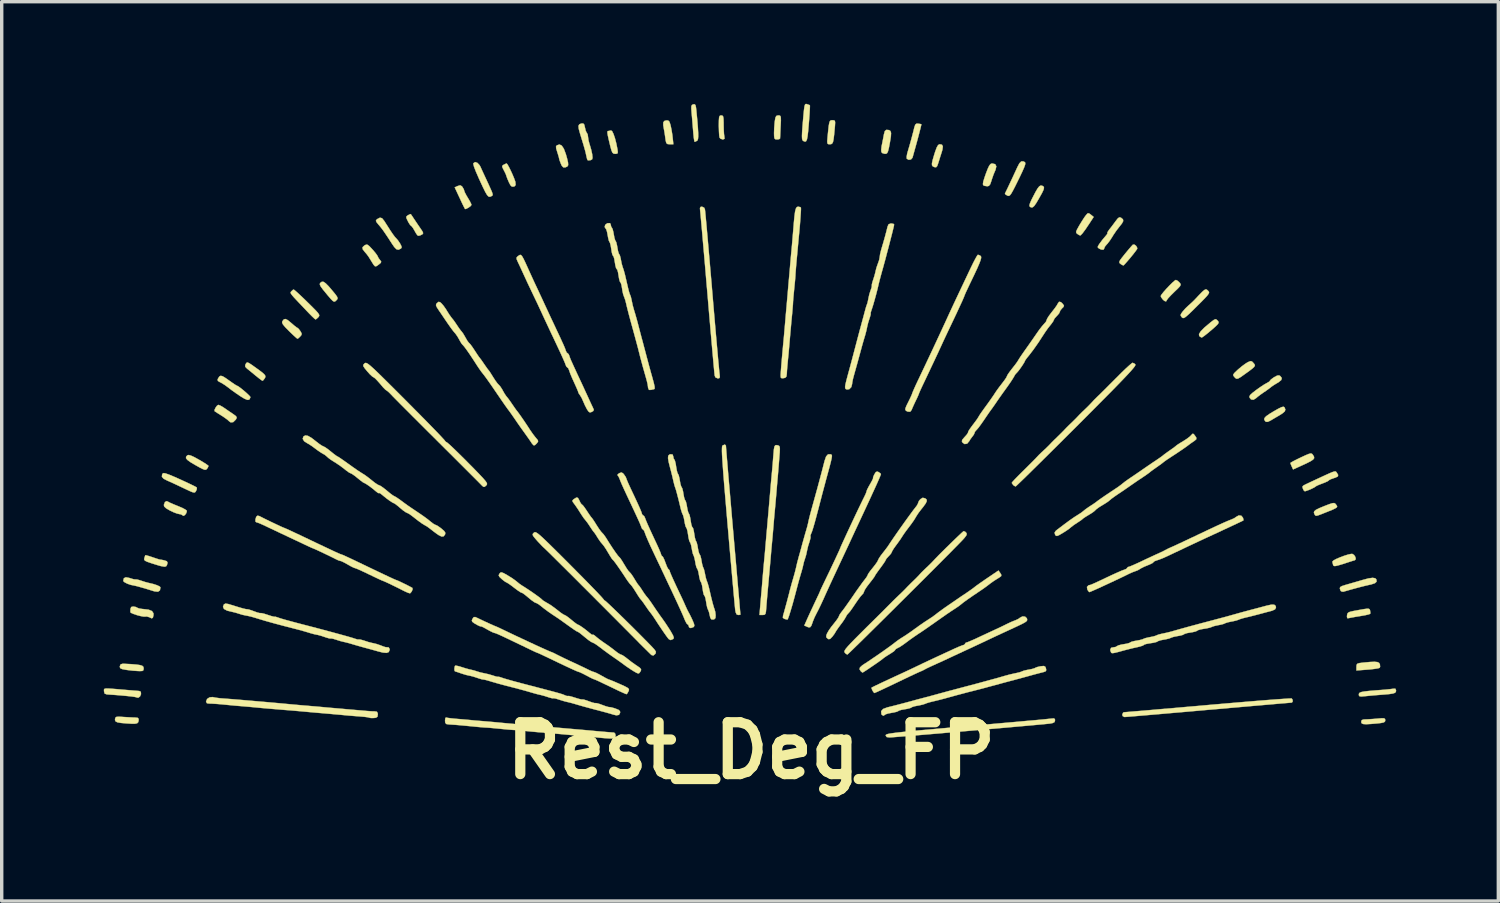
<source format=kicad_pcb>
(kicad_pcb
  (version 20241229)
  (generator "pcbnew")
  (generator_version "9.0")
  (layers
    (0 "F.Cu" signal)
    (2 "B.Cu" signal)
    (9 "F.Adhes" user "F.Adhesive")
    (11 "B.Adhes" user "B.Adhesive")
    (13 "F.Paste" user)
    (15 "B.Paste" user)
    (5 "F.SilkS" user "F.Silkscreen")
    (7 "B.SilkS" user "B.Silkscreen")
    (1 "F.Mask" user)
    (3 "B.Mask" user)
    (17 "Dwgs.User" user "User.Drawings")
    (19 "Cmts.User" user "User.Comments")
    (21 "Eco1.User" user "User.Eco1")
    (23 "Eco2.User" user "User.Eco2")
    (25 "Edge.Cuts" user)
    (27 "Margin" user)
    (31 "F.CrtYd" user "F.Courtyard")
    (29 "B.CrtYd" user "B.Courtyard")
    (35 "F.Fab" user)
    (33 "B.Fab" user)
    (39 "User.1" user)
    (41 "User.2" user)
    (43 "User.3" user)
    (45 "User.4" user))
  (footprint "Rest_Deg_FP"
    (layer "F.Cu")
    (at 19.021 19.003)
    (property "Reference" "Rest_Deg_FP" (at 0 0 0) (layer "F.SilkS") (effects (font (size 1.524 1.524) (thickness 0.3))))
    (attr through_hole)
    (fp_poly (pts (xy 9.979 -15.745) (xy 10.06 -15.679) (xy 9.934 -15.486) (xy 9.819 -15.315) (xy 9.733 -15.199) (xy 9.678 -15.141) (xy 9.664 -15.135) (xy 9.623 -15.153) (xy 9.582 -15.18) (xy 9.551 -15.208) (xy 9.545 -15.244) (xy 9.568 -15.303) (xy 9.622 -15.402) (xy 9.643 -15.438) (xy 9.717 -15.559) (xy 9.786 -15.666) (xy 9.833 -15.73) (xy 9.882 -15.784) (xy 9.922 -15.786) (xy 9.979 -15.745)) (stroke (width 0.01) (type solid)) (fill yes) (layer "F.SilkS"))
    (fp_poly (pts (xy 18.396 -2.602) (xy 18.443 -2.579) (xy 18.468 -2.54) (xy 18.469 -2.536) (xy 18.476 -2.465) (xy 18.463 -2.433) (xy 18.416 -2.418) (xy 18.317 -2.402) (xy 18.182 -2.386) (xy 18.106 -2.38) (xy 17.78 -2.355) (xy 17.78 -2.46) (xy 17.784 -2.518) (xy 17.805 -2.552) (xy 17.861 -2.571) (xy 17.967 -2.585) (xy 17.997 -2.588) (xy 18.184 -2.605) (xy 18.313 -2.61) (xy 18.396 -2.602)) (stroke (width 0.01) (type solid)) (fill yes) (layer "F.SilkS"))
    (fp_poly (pts (xy -16.464 -8.669) (xy -16.361 -8.622) (xy -16.233 -8.551) (xy -16.108 -8.478) (xy -16.011 -8.416) (xy -15.954 -8.375) (xy -15.946 -8.364) (xy -15.964 -8.318) (xy -15.99 -8.28) (xy -16.016 -8.255) (xy -16.052 -8.251) (xy -16.112 -8.272) (xy -16.209 -8.321) (xy -16.325 -8.386) (xy -16.474 -8.474) (xy -16.566 -8.541) (xy -16.607 -8.593) (xy -16.602 -8.637) (xy -16.568 -8.674) (xy -16.529 -8.686) (xy -16.464 -8.669)) (stroke (width 0.01) (type solid)) (fill yes) (layer "F.SilkS"))
    (fp_poly (pts (xy -2.442 -18.513) (xy -2.405 -18.479) (xy -2.377 -18.397) (xy -2.37 -18.373) (xy -2.344 -18.247) (xy -2.319 -18.096) (xy -2.31 -18.018) (xy -2.288 -17.815) (xy -2.394 -17.815) (xy -2.459 -17.821) (xy -2.494 -17.849) (xy -2.513 -17.919) (xy -2.522 -17.983) (xy -2.539 -18.104) (xy -2.556 -18.21) (xy -2.562 -18.239) (xy -2.585 -18.374) (xy -2.584 -18.457) (xy -2.553 -18.499) (xy -2.501 -18.514) (xy -2.442 -18.513)) (stroke (width 0.01) (type solid)) (fill yes) (layer "F.SilkS"))
    (fp_poly (pts (xy 15.663 -10.09) (xy 15.666 -10.086) (xy 15.692 -10.024) (xy 15.676 -9.969) (xy 15.609 -9.91) (xy 15.513 -9.849) (xy 15.396 -9.781) (xy 15.28 -9.712) (xy 15.264 -9.702) (xy 15.177 -9.66) (xy 15.123 -9.661) (xy 15.105 -9.674) (xy 15.072 -9.721) (xy 15.077 -9.768) (xy 15.126 -9.823) (xy 15.227 -9.894) (xy 15.349 -9.968) (xy 15.488 -10.047) (xy 15.579 -10.091) (xy 15.634 -10.104) (xy 15.663 -10.09)) (stroke (width 0.01) (type solid)) (fill yes) (layer "F.SilkS"))
    (fp_poly (pts (xy 16.471 -8.723) (xy 16.497 -8.696) (xy 16.498 -8.694) (xy 16.532 -8.639) (xy 16.538 -8.594) (xy 16.507 -8.551) (xy 16.433 -8.502) (xy 16.307 -8.438) (xy 16.185 -8.382) (xy 15.919 -8.261) (xy 15.879 -8.348) (xy 15.85 -8.417) (xy 15.84 -8.451) (xy 15.869 -8.472) (xy 15.949 -8.516) (xy 16.065 -8.574) (xy 16.146 -8.613) (xy 16.288 -8.679) (xy 16.38 -8.717) (xy 16.437 -8.731) (xy 16.471 -8.723)) (stroke (width 0.01) (type solid)) (fill yes) (layer "F.SilkS"))
    (fp_poly (pts (xy -18.472 -0.991) (xy -18.45 -0.989) (xy -18.309 -0.981) (xy -18.179 -0.974) (xy -18.105 -0.972) (xy -18.026 -0.964) (xy -17.998 -0.933) (xy -17.999 -0.882) (xy -18.011 -0.834) (xy -18.042 -0.804) (xy -18.104 -0.791) (xy -18.212 -0.791) (xy -18.362 -0.8) (xy -18.522 -0.814) (xy -18.622 -0.832) (xy -18.675 -0.859) (xy -18.692 -0.899) (xy -18.691 -0.927) (xy -18.68 -0.969) (xy -18.651 -0.991) (xy -18.587 -0.997) (xy -18.472 -0.991)) (stroke (width 0.01) (type solid)) (fill yes) (layer "F.SilkS"))
    (fp_poly (pts (xy -18.433 -2.552) (xy -18.217 -2.541) (xy -18.061 -2.528) (xy -17.957 -2.513) (xy -17.893 -2.493) (xy -17.861 -2.465) (xy -17.851 -2.427) (xy -17.851 -2.414) (xy -17.857 -2.364) (xy -17.888 -2.341) (xy -17.961 -2.337) (xy -18.02 -2.339) (xy -18.163 -2.349) (xy -18.32 -2.367) (xy -18.375 -2.375) (xy -18.483 -2.396) (xy -18.536 -2.42) (xy -18.551 -2.457) (xy -18.549 -2.481) (xy -18.526 -2.536) (xy -18.462 -2.553) (xy -18.433 -2.552)) (stroke (width 0.01) (type solid)) (fill yes) (layer "F.SilkS"))
    (fp_poly (pts (xy -12.564 -13.772) (xy -12.501 -13.728) (xy -12.413 -13.639) (xy -12.315 -13.524) (xy -12.223 -13.413) (xy -12.171 -13.341) (xy -12.152 -13.295) (xy -12.161 -13.262) (xy -12.192 -13.227) (xy -12.225 -13.198) (xy -12.256 -13.191) (xy -12.294 -13.212) (xy -12.352 -13.271) (xy -12.44 -13.373) (xy -12.484 -13.427) (xy -12.587 -13.552) (xy -12.648 -13.636) (xy -12.674 -13.69) (xy -12.672 -13.726) (xy -12.657 -13.746) (xy -12.613 -13.776) (xy -12.564 -13.772)) (stroke (width 0.01) (type solid)) (fill yes) (layer "F.SilkS"))
    (fp_poly (pts (xy 5.604 -17.801) (xy 5.629 -17.75) (xy 5.616 -17.653) (xy 5.594 -17.578) (xy 5.55 -17.441) (xy 5.507 -17.302) (xy 5.495 -17.264) (xy 5.463 -17.174) (xy 5.431 -17.139) (xy 5.385 -17.143) (xy 5.37 -17.148) (xy 5.331 -17.168) (xy 5.31 -17.2) (xy 5.309 -17.255) (xy 5.328 -17.345) (xy 5.368 -17.483) (xy 5.403 -17.595) (xy 5.45 -17.722) (xy 5.491 -17.792) (xy 5.534 -17.815) (xy 5.539 -17.815) (xy 5.604 -17.801)) (stroke (width 0.01) (type solid)) (fill yes) (layer "F.SilkS"))
    (fp_poly (pts (xy 7.167 -17.23) (xy 7.2 -17.167) (xy 7.177 -17.064) (xy 7.165 -17.038) (xy 7.117 -16.923) (xy 7.07 -16.788) (xy 7.058 -16.747) (xy 7.022 -16.642) (xy 6.982 -16.592) (xy 6.936 -16.581) (xy 6.855 -16.593) (xy 6.82 -16.608) (xy 6.806 -16.642) (xy 6.817 -16.718) (xy 6.856 -16.844) (xy 6.89 -16.942) (xy 6.947 -17.091) (xy 6.991 -17.184) (xy 7.029 -17.233) (xy 7.068 -17.25) (xy 7.078 -17.25) (xy 7.167 -17.23)) (stroke (width 0.01) (type solid)) (fill yes) (layer "F.SilkS"))
    (fp_poly (pts (xy 8.545 -16.597) (xy 8.547 -16.596) (xy 8.587 -16.574) (xy 8.601 -16.538) (xy 8.587 -16.477) (xy 8.541 -16.38) (xy 8.46 -16.236) (xy 8.457 -16.23) (xy 8.375 -16.09) (xy 8.315 -16.004) (xy 8.268 -15.963) (xy 8.226 -15.959) (xy 8.19 -15.976) (xy 8.172 -16.005) (xy 8.182 -16.062) (xy 8.222 -16.158) (xy 8.267 -16.249) (xy 8.351 -16.411) (xy 8.414 -16.518) (xy 8.463 -16.579) (xy 8.504 -16.602) (xy 8.545 -16.597)) (stroke (width 0.01) (type solid)) (fill yes) (layer "F.SilkS"))
    (fp_poly (pts (xy 13.67 -12.664) (xy 13.703 -12.632) (xy 13.728 -12.599) (xy 13.73 -12.566) (xy 13.701 -12.523) (xy 13.634 -12.457) (xy 13.522 -12.358) (xy 13.513 -12.351) (xy 13.401 -12.257) (xy 13.308 -12.184) (xy 13.247 -12.142) (xy 13.233 -12.136) (xy 13.187 -12.16) (xy 13.161 -12.185) (xy 13.155 -12.238) (xy 13.204 -12.317) (xy 13.31 -12.426) (xy 13.476 -12.566) (xy 13.499 -12.585) (xy 13.584 -12.65) (xy 13.635 -12.675) (xy 13.67 -12.664)) (stroke (width 0.01) (type solid)) (fill yes) (layer "F.SilkS"))
    (fp_poly (pts (xy 18.586 -0.95) (xy 18.618 -0.934) (xy 18.627 -0.901) (xy 18.627 -0.892) (xy 18.618 -0.853) (xy 18.582 -0.829) (xy 18.503 -0.812) (xy 18.389 -0.799) (xy 18.198 -0.783) (xy 18.066 -0.776) (xy 17.984 -0.781) (xy 17.939 -0.798) (xy 17.923 -0.828) (xy 17.921 -0.847) (xy 17.936 -0.897) (xy 17.994 -0.916) (xy 18.036 -0.917) (xy 18.132 -0.921) (xy 18.266 -0.93) (xy 18.389 -0.94) (xy 18.515 -0.951) (xy 18.586 -0.95)) (stroke (width 0.01) (type solid)) (fill yes) (layer "F.SilkS"))
    (fp_poly (pts (xy -14.752 -11.384) (xy -14.668 -11.329) (xy -14.612 -11.289) (xy -14.46 -11.18) (xy -14.359 -11.103) (xy -14.3 -11.048) (xy -14.275 -11.008) (xy -14.276 -10.973) (xy -14.294 -10.938) (xy -14.336 -10.882) (xy -14.358 -10.866) (xy -14.393 -10.886) (xy -14.465 -10.941) (xy -14.553 -11.011) (xy -14.659 -11.099) (xy -14.756 -11.178) (xy -14.81 -11.221) (xy -14.865 -11.276) (xy -14.866 -11.33) (xy -14.852 -11.359) (xy -14.829 -11.395) (xy -14.801 -11.405) (xy -14.752 -11.384)) (stroke (width 0.01) (type solid)) (fill yes) (layer "F.SilkS"))
    (fp_poly (pts (xy -4.088 -18.2) (xy -4.048 -18.12) (xy -4.005 -17.995) (xy -3.964 -17.837) (xy -3.93 -17.665) (xy -3.92 -17.579) (xy -3.934 -17.542) (xy -3.984 -17.533) (xy -3.996 -17.533) (xy -4.045 -17.54) (xy -4.079 -17.57) (xy -4.108 -17.638) (xy -4.141 -17.759) (xy -4.144 -17.771) (xy -4.187 -17.952) (xy -4.214 -18.075) (xy -4.226 -18.15) (xy -4.225 -18.19) (xy -4.211 -18.203) (xy -4.205 -18.203) (xy -4.14 -18.215) (xy -4.121 -18.221) (xy -4.088 -18.2)) (stroke (width 0.01) (type solid)) (fill yes) (layer "F.SilkS"))
    (fp_poly (pts (xy 4.049 -18.231) (xy 4.091 -18.203) (xy 4.108 -18.144) (xy 4.102 -18.04) (xy 4.076 -17.881) (xy 4.072 -17.856) (xy 4.043 -17.705) (xy 4.019 -17.61) (xy 3.995 -17.558) (xy 3.965 -17.537) (xy 3.928 -17.533) (xy 3.855 -17.553) (xy 3.823 -17.586) (xy 3.818 -17.649) (xy 3.829 -17.752) (xy 3.84 -17.806) (xy 3.867 -17.94) (xy 3.892 -18.072) (xy 3.898 -18.106) (xy 3.925 -18.202) (xy 3.97 -18.238) (xy 3.979 -18.238) (xy 4.049 -18.231)) (stroke (width 0.01) (type solid)) (fill yes) (layer "F.SilkS"))
    (fp_poly (pts (xy 11.264 -14.864) (xy 11.314 -14.821) (xy 11.341 -14.765) (xy 11.336 -14.737) (xy 11.296 -14.68) (xy 11.229 -14.593) (xy 11.148 -14.493) (xy 11.065 -14.395) (xy 10.993 -14.313) (xy 10.946 -14.263) (xy 10.934 -14.254) (xy 10.893 -14.271) (xy 10.847 -14.301) (xy 10.819 -14.327) (xy 10.813 -14.358) (xy 10.835 -14.407) (xy 10.892 -14.484) (xy 10.986 -14.602) (xy 11.079 -14.714) (xy 11.155 -14.803) (xy 11.204 -14.857) (xy 11.215 -14.867) (xy 11.264 -14.864)) (stroke (width 0.01) (type solid)) (fill yes) (layer "F.SilkS"))
    (fp_poly (pts (xy 14.71 -11.435) (xy 14.758 -11.386) (xy 14.788 -11.348) (xy 14.797 -11.315) (xy 14.779 -11.279) (xy 14.727 -11.229) (xy 14.632 -11.156) (xy 14.493 -11.056) (xy 14.38 -10.976) (xy 14.308 -10.934) (xy 14.263 -10.924) (xy 14.228 -10.942) (xy 14.197 -10.974) (xy 14.165 -11.014) (xy 14.161 -11.049) (xy 14.193 -11.094) (xy 14.267 -11.165) (xy 14.307 -11.202) (xy 14.416 -11.293) (xy 14.521 -11.37) (xy 14.587 -11.411) (xy 14.663 -11.443) (xy 14.71 -11.435)) (stroke (width 0.01) (type solid)) (fill yes) (layer "F.SilkS"))
    (fp_poly (pts (xy 17.156 -7.259) (xy 17.171 -7.241) (xy 17.2 -7.204) (xy 17.214 -7.175) (xy 17.204 -7.149) (xy 17.163 -7.12) (xy 17.083 -7.081) (xy 16.955 -7.029) (xy 16.77 -6.955) (xy 16.749 -6.947) (xy 16.65 -6.91) (xy 16.595 -6.899) (xy 16.566 -6.915) (xy 16.549 -6.944) (xy 16.53 -6.993) (xy 16.542 -7.034) (xy 16.593 -7.076) (xy 16.692 -7.125) (xy 16.845 -7.188) (xy 16.983 -7.241) (xy 17.071 -7.269) (xy 17.124 -7.274) (xy 17.156 -7.259)) (stroke (width 0.01) (type solid)) (fill yes) (layer "F.SilkS"))
    (fp_poly (pts (xy 17.712 -5.747) (xy 17.749 -5.687) (xy 17.76 -5.628) (xy 17.735 -5.595) (xy 17.676 -5.578) (xy 17.581 -5.548) (xy 17.551 -5.538) (xy 17.373 -5.48) (xy 17.251 -5.444) (xy 17.173 -5.425) (xy 17.129 -5.423) (xy 17.106 -5.435) (xy 17.095 -5.456) (xy 17.076 -5.532) (xy 17.074 -5.554) (xy 17.105 -5.586) (xy 17.185 -5.63) (xy 17.296 -5.678) (xy 17.419 -5.724) (xy 17.534 -5.76) (xy 17.625 -5.779) (xy 17.66 -5.78) (xy 17.712 -5.747)) (stroke (width 0.01) (type solid)) (fill yes) (layer "F.SilkS"))
    (fp_poly (pts (xy 18.333 -5.064) (xy 18.368 -5.025) (xy 18.372 -4.964) (xy 18.324 -4.92) (xy 18.217 -4.884) (xy 18.167 -4.873) (xy 18.036 -4.843) (xy 17.851 -4.796) (xy 17.623 -4.734) (xy 17.388 -4.667) (xy 17.329 -4.681) (xy 17.309 -4.71) (xy 17.292 -4.766) (xy 17.302 -4.804) (xy 17.352 -4.834) (xy 17.454 -4.867) (xy 17.507 -4.882) (xy 17.669 -4.929) (xy 17.849 -4.981) (xy 17.954 -5.012) (xy 18.133 -5.06) (xy 18.257 -5.077) (xy 18.333 -5.064)) (stroke (width 0.01) (type solid)) (fill yes) (layer "F.SilkS"))
    (fp_poly (pts (xy -17.138 -7.315) (xy -17.084 -7.286) (xy -16.984 -7.242) (xy -16.858 -7.191) (xy -16.836 -7.182) (xy -16.715 -7.131) (xy -16.625 -7.083) (xy -16.582 -7.047) (xy -16.581 -7.042) (xy -16.598 -6.978) (xy -16.637 -6.923) (xy -16.679 -6.898) (xy -16.701 -6.909) (xy -16.753 -6.942) (xy -16.803 -6.95) (xy -16.875 -6.967) (xy -16.982 -7.008) (xy -17.074 -7.052) (xy -17.189 -7.119) (xy -17.246 -7.172) (xy -17.257 -7.219) (xy -17.224 -7.304) (xy -17.173 -7.33) (xy -17.138 -7.315)) (stroke (width 0.01) (type solid)) (fill yes) (layer "F.SilkS"))
    (fp_poly (pts (xy -8.503 -16.582) (xy -8.485 -16.56) (xy -8.444 -16.49) (xy -8.433 -16.449) (xy -8.414 -16.398) (xy -8.368 -16.31) (xy -8.326 -16.24) (xy -8.267 -16.141) (xy -8.229 -16.063) (xy -8.22 -16.033) (xy -8.247 -15.996) (xy -8.309 -15.952) (xy -8.375 -15.918) (xy -8.407 -15.911) (xy -8.424 -15.941) (xy -8.462 -16.016) (xy -8.501 -16.096) (xy -8.562 -16.228) (xy -8.623 -16.357) (xy -8.649 -16.414) (xy -8.712 -16.548) (xy -8.624 -16.588) (xy -8.552 -16.609) (xy -8.503 -16.582)) (stroke (width 0.01) (type solid)) (fill yes) (layer "F.SilkS"))
    (fp_poly (pts (xy -5.567 -17.775) (xy -5.505 -17.681) (xy -5.446 -17.523) (xy -5.412 -17.403) (xy -5.383 -17.277) (xy -5.379 -17.201) (xy -5.405 -17.16) (xy -5.463 -17.136) (xy -5.468 -17.135) (xy -5.523 -17.137) (xy -5.567 -17.186) (xy -5.592 -17.241) (xy -5.626 -17.329) (xy -5.644 -17.389) (xy -5.644 -17.395) (xy -5.655 -17.443) (xy -5.682 -17.533) (xy -5.7 -17.59) (xy -5.731 -17.693) (xy -5.735 -17.751) (xy -5.712 -17.782) (xy -5.709 -17.784) (xy -5.634 -17.808) (xy -5.567 -17.775)) (stroke (width 0.01) (type solid)) (fill yes) (layer "F.SilkS"))
    (fp_poly (pts (xy -0.846 -18.656) (xy -0.825 -18.628) (xy -0.815 -18.564) (xy -0.811 -18.449) (xy -0.811 -18.389) (xy -0.808 -18.246) (xy -0.801 -18.122) (xy -0.791 -18.042) (xy -0.789 -18.036) (xy -0.785 -17.975) (xy -0.828 -17.957) (xy -0.839 -17.956) (xy -0.907 -17.981) (xy -0.931 -18.012) (xy -0.941 -18.072) (xy -0.948 -18.182) (xy -0.952 -18.321) (xy -0.953 -18.365) (xy -0.951 -18.51) (xy -0.945 -18.598) (xy -0.931 -18.644) (xy -0.905 -18.66) (xy -0.882 -18.662) (xy -0.846 -18.656)) (stroke (width 0.01) (type solid)) (fill yes) (layer "F.SilkS"))
    (fp_poly (pts (xy 0.835 -18.659) (xy 0.859 -18.642) (xy 0.869 -18.598) (xy 0.871 -18.513) (xy 0.865 -18.373) (xy 0.863 -18.336) (xy 0.856 -18.19) (xy 0.851 -18.072) (xy 0.847 -17.998) (xy 0.847 -17.983) (xy 0.816 -17.963) (xy 0.758 -17.956) (xy 0.707 -17.962) (xy 0.681 -17.989) (xy 0.672 -18.056) (xy 0.67 -18.145) (xy 0.675 -18.294) (xy 0.687 -18.446) (xy 0.693 -18.498) (xy 0.711 -18.599) (xy 0.738 -18.648) (xy 0.786 -18.662) (xy 0.797 -18.662) (xy 0.835 -18.659)) (stroke (width 0.01) (type solid)) (fill yes) (layer "F.SilkS"))
    (fp_poly (pts (xy 2.433 -18.518) (xy 2.458 -18.499) (xy 2.465 -18.449) (xy 2.459 -18.351) (xy 2.453 -18.283) (xy 2.435 -18.094) (xy 2.419 -17.964) (xy 2.402 -17.882) (xy 2.379 -17.838) (xy 2.349 -17.819) (xy 2.309 -17.815) (xy 2.26 -17.819) (xy 2.237 -17.842) (xy 2.232 -17.9) (xy 2.241 -18.011) (xy 2.241 -18.018) (xy 2.261 -18.215) (xy 2.276 -18.352) (xy 2.292 -18.441) (xy 2.309 -18.491) (xy 2.332 -18.514) (xy 2.364 -18.521) (xy 2.386 -18.521) (xy 2.433 -18.518)) (stroke (width 0.01) (type solid)) (fill yes) (layer "F.SilkS"))
    (fp_poly (pts (xy 4.906 -18.42) (xy 4.974 -18.409) (xy 4.998 -18.403) (xy 4.992 -18.368) (xy 4.97 -18.277) (xy 4.935 -18.142) (xy 4.891 -17.974) (xy 4.84 -17.787) (xy 4.785 -17.591) (xy 4.737 -17.418) (xy 4.693 -17.369) (xy 4.625 -17.358) (xy 4.569 -17.391) (xy 4.568 -17.393) (xy 4.565 -17.445) (xy 4.581 -17.538) (xy 4.597 -17.596) (xy 4.65 -17.775) (xy 4.708 -17.984) (xy 4.762 -18.189) (xy 4.791 -18.309) (xy 4.819 -18.392) (xy 4.859 -18.422) (xy 4.906 -18.42)) (stroke (width 0.01) (type solid)) (fill yes) (layer "F.SilkS"))
    (fp_poly (pts (xy -18.079 -4.22) (xy -18.043 -4.2) (xy -17.988 -4.177) (xy -17.895 -4.162) (xy -17.868 -4.16) (xy -17.705 -4.141) (xy -17.605 -4.1) (xy -17.562 -4.034) (xy -17.562 -3.981) (xy -17.58 -3.903) (xy -17.616 -3.887) (xy -17.685 -3.92) (xy -17.76 -3.942) (xy -17.799 -3.938) (xy -17.854 -3.938) (xy -17.945 -3.955) (xy -18.052 -3.983) (xy -18.151 -4.017) (xy -18.221 -4.048) (xy -18.241 -4.068) (xy -18.239 -4.12) (xy -18.239 -4.163) (xy -18.216 -4.22) (xy -18.157 -4.233) (xy -18.079 -4.22)) (stroke (width 0.01) (type solid)) (fill yes) (layer "F.SilkS"))
    (fp_poly (pts (xy -15.655 -10.158) (xy -15.6 -10.138) (xy -15.516 -10.089) (xy -15.487 -10.07) (xy -15.374 -9.992) (xy -15.252 -9.909) (xy -15.228 -9.893) (xy -15.148 -9.835) (xy -15.117 -9.795) (xy -15.127 -9.753) (xy -15.144 -9.726) (xy -15.218 -9.652) (xy -15.292 -9.643) (xy -15.343 -9.68) (xy -15.395 -9.727) (xy -15.486 -9.793) (xy -15.569 -9.847) (xy -15.668 -9.909) (xy -15.739 -9.955) (xy -15.766 -9.973) (xy -15.768 -10.011) (xy -15.739 -10.073) (xy -15.696 -10.132) (xy -15.657 -10.158) (xy -15.655 -10.158)) (stroke (width 0.01) (type solid)) (fill yes) (layer "F.SilkS"))
    (fp_poly (pts (xy 12.524 -13.805) (xy 12.579 -13.755) (xy 12.609 -13.718) (xy 12.617 -13.685) (xy 12.594 -13.642) (xy 12.534 -13.577) (xy 12.431 -13.478) (xy 12.426 -13.473) (xy 12.326 -13.374) (xy 12.25 -13.292) (xy 12.21 -13.238) (xy 12.206 -13.229) (xy 12.186 -13.196) (xy 12.136 -13.214) (xy 12.088 -13.258) (xy 12.043 -13.321) (xy 12.03 -13.356) (xy 12.053 -13.398) (xy 12.113 -13.474) (xy 12.196 -13.568) (xy 12.288 -13.665) (xy 12.375 -13.751) (xy 12.443 -13.81) (xy 12.475 -13.829) (xy 12.524 -13.805)) (stroke (width 0.01) (type solid)) (fill yes) (layer "F.SilkS"))
    (fp_poly (pts (xy -17.765 -5.736) (xy -17.682 -5.712) (xy -17.583 -5.679) (xy -17.473 -5.642) (xy -17.394 -5.617) (xy -17.365 -5.611) (xy -17.328 -5.607) (xy -17.251 -5.592) (xy -17.25 -5.591) (xy -17.17 -5.565) (xy -17.148 -5.521) (xy -17.166 -5.453) (xy -17.192 -5.414) (xy -17.239 -5.404) (xy -17.331 -5.42) (xy -17.339 -5.421) (xy -17.409 -5.44) (xy -17.52 -5.474) (xy -17.631 -5.509) (xy -17.75 -5.55) (xy -17.814 -5.582) (xy -17.836 -5.615) (xy -17.83 -5.657) (xy -17.809 -5.72) (xy -17.799 -5.742) (xy -17.765 -5.736)) (stroke (width 0.01) (type solid)) (fill yes) (layer "F.SilkS"))
    (fp_poly (pts (xy -13.615 -12.647) (xy -13.515 -12.564) (xy -13.51 -12.56) (xy -13.423 -12.485) (xy -13.357 -12.434) (xy -13.33 -12.419) (xy -13.297 -12.392) (xy -13.249 -12.328) (xy -13.248 -12.327) (xy -13.21 -12.259) (xy -13.213 -12.214) (xy -13.25 -12.168) (xy -13.303 -12.117) (xy -13.332 -12.101) (xy -13.364 -12.125) (xy -13.434 -12.188) (xy -13.529 -12.278) (xy -13.582 -12.33) (xy -13.692 -12.442) (xy -13.756 -12.519) (xy -13.782 -12.571) (xy -13.778 -12.609) (xy -13.773 -12.618) (xy -13.73 -12.671) (xy -13.682 -12.681) (xy -13.615 -12.647)) (stroke (width 0.01) (type solid)) (fill yes) (layer "F.SilkS"))
    (fp_poly (pts (xy -8.045 -17.268) (xy -7.98 -17.198) (xy -7.956 -17.154) (xy -7.905 -17.041) (xy -7.843 -16.907) (xy -7.814 -16.845) (xy -7.725 -16.653) (xy -7.662 -16.514) (xy -7.621 -16.421) (xy -7.601 -16.362) (xy -7.596 -16.328) (xy -7.604 -16.309) (xy -7.622 -16.296) (xy -7.624 -16.295) (xy -7.674 -16.271) (xy -7.717 -16.278) (xy -7.761 -16.324) (xy -7.816 -16.418) (xy -7.883 -16.554) (xy -8.005 -16.817) (xy -8.092 -17.018) (xy -8.146 -17.159) (xy -8.166 -17.239) (xy -8.163 -17.257) (xy -8.111 -17.291) (xy -8.045 -17.268)) (stroke (width 0.01) (type solid)) (fill yes) (layer "F.SilkS"))
    (fp_poly (pts (xy 18.14 -4.168) (xy 18.167 -4.153) (xy 18.179 -4.124) (xy 18.181 -4.116) (xy 18.19 -4.047) (xy 18.185 -4.021) (xy 18.145 -4.004) (xy 18.054 -3.982) (xy 17.928 -3.959) (xy 17.896 -3.954) (xy 17.756 -3.931) (xy 17.638 -3.91) (xy 17.564 -3.895) (xy 17.557 -3.893) (xy 17.512 -3.891) (xy 17.501 -3.935) (xy 17.504 -3.973) (xy 17.513 -4.02) (xy 17.536 -4.052) (xy 17.586 -4.077) (xy 17.677 -4.099) (xy 17.823 -4.126) (xy 17.839 -4.129) (xy 17.99 -4.156) (xy 18.086 -4.169) (xy 18.14 -4.168)) (stroke (width 0.01) (type solid)) (fill yes) (layer "F.SilkS"))
    (fp_poly (pts (xy -17.205 -8.144) (xy -17.105 -8.109) (xy -16.958 -8.048) (xy -16.789 -7.973) (xy -16.62 -7.895) (xy -16.475 -7.827) (xy -16.365 -7.773) (xy -16.302 -7.739) (xy -16.292 -7.733) (xy -16.288 -7.687) (xy -16.31 -7.632) (xy -16.331 -7.598) (xy -16.356 -7.583) (xy -16.4 -7.588) (xy -16.475 -7.617) (xy -16.595 -7.673) (xy -16.669 -7.708) (xy -16.827 -7.783) (xy -16.983 -7.856) (xy -17.111 -7.914) (xy -17.154 -7.932) (xy -17.266 -7.99) (xy -17.315 -8.047) (xy -17.308 -8.112) (xy -17.291 -8.142) (xy -17.264 -8.154) (xy -17.205 -8.144)) (stroke (width 0.01) (type solid)) (fill yes) (layer "F.SilkS"))
    (fp_poly (pts (xy -11.269 -14.86) (xy -11.214 -14.815) (xy -11.13 -14.725) (xy -11.127 -14.723) (xy -11.048 -14.63) (xy -10.993 -14.556) (xy -10.973 -14.52) (xy -10.95 -14.471) (xy -10.911 -14.42) (xy -10.873 -14.37) (xy -10.882 -14.332) (xy -10.937 -14.286) (xy -11.008 -14.235) (xy -11.052 -14.228) (xy -11.093 -14.272) (xy -11.13 -14.33) (xy -11.188 -14.424) (xy -11.236 -14.502) (xy -11.24 -14.508) (xy -11.293 -14.581) (xy -11.355 -14.653) (xy -11.416 -14.732) (xy -11.42 -14.788) (xy -11.367 -14.839) (xy -11.355 -14.846) (xy -11.311 -14.867) (xy -11.269 -14.86)) (stroke (width 0.01) (type solid)) (fill yes) (layer "F.SilkS"))
    (fp_poly (pts (xy -9.979 -15.729) (xy -9.931 -15.657) (xy -9.9 -15.61) (xy -9.821 -15.492) (xy -9.74 -15.373) (xy -9.721 -15.346) (xy -9.66 -15.255) (xy -9.639 -15.203) (xy -9.658 -15.172) (xy -9.715 -15.142) (xy -9.769 -15.125) (xy -9.808 -15.14) (xy -9.85 -15.201) (xy -9.883 -15.26) (xy -9.935 -15.35) (xy -9.977 -15.406) (xy -9.992 -15.416) (xy -10.022 -15.445) (xy -10.068 -15.516) (xy -10.086 -15.551) (xy -10.127 -15.636) (xy -10.136 -15.681) (xy -10.112 -15.711) (xy -10.083 -15.73) (xy -10.025 -15.76) (xy -10.003 -15.763) (xy -9.979 -15.729)) (stroke (width 0.01) (type solid)) (fill yes) (layer "F.SilkS"))
    (fp_poly (pts (xy -7.161 -17.221) (xy -7.118 -17.144) (xy -7.065 -17.038) (xy -7.011 -16.92) (xy -6.965 -16.809) (xy -6.934 -16.723) (xy -6.929 -16.7) (xy -6.922 -16.62) (xy -6.95 -16.582) (xy -6.981 -16.571) (xy -7.032 -16.571) (xy -7.074 -16.61) (xy -7.121 -16.701) (xy -7.126 -16.712) (xy -7.167 -16.809) (xy -7.192 -16.877) (xy -7.197 -16.894) (xy -7.212 -16.937) (xy -7.25 -17.016) (xy -7.267 -17.048) (xy -7.309 -17.131) (xy -7.318 -17.174) (xy -7.293 -17.201) (xy -7.269 -17.215) (xy -7.209 -17.244) (xy -7.187 -17.251) (xy -7.161 -17.221)) (stroke (width 0.01) (type solid)) (fill yes) (layer "F.SilkS"))
    (fp_poly (pts (xy -1.638 -18.964) (xy -1.623 -18.895) (xy -1.611 -18.79) (xy -1.585 -18.518) (xy -1.568 -18.308) (xy -1.559 -18.152) (xy -1.558 -18.043) (xy -1.564 -17.972) (xy -1.578 -17.932) (xy -1.591 -17.918) (xy -1.646 -17.89) (xy -1.662 -17.886) (xy -1.674 -17.919) (xy -1.688 -18.006) (xy -1.701 -18.131) (xy -1.706 -18.195) (xy -1.721 -18.373) (xy -1.736 -18.56) (xy -1.75 -18.718) (xy -1.752 -18.736) (xy -1.761 -18.862) (xy -1.759 -18.934) (xy -1.741 -18.97) (xy -1.705 -18.987) (xy -1.702 -18.987) (xy -1.663 -18.99) (xy -1.638 -18.964)) (stroke (width 0.01) (type solid)) (fill yes) (layer "F.SilkS"))
    (fp_poly (pts (xy 8.039 -17.289) (xy 8.052 -17.265) (xy 8.046 -17.215) (xy 8.016 -17.131) (xy 7.96 -17.004) (xy 7.875 -16.825) (xy 7.845 -16.765) (xy 7.753 -16.578) (xy 7.685 -16.447) (xy 7.636 -16.362) (xy 7.599 -16.315) (xy 7.569 -16.298) (xy 7.54 -16.301) (xy 7.522 -16.308) (xy 7.466 -16.343) (xy 7.453 -16.366) (xy 7.478 -16.416) (xy 7.526 -16.514) (xy 7.587 -16.644) (xy 7.655 -16.788) (xy 7.721 -16.93) (xy 7.779 -17.055) (xy 7.816 -17.136) (xy 7.877 -17.254) (xy 7.932 -17.31) (xy 7.993 -17.312) (xy 8.039 -17.289)) (stroke (width 0.01) (type solid)) (fill yes) (layer "F.SilkS"))
    (fp_poly (pts (xy 1.637 -18.993) (xy 1.701 -18.971) (xy 1.723 -18.96) (xy 1.724 -18.923) (xy 1.72 -18.828) (xy 1.712 -18.688) (xy 1.699 -18.515) (xy 1.691 -18.418) (xy 1.673 -18.205) (xy 1.655 -18.055) (xy 1.637 -17.958) (xy 1.613 -17.906) (xy 1.583 -17.891) (xy 1.542 -17.905) (xy 1.521 -17.918) (xy 1.503 -17.939) (xy 1.493 -17.983) (xy 1.49 -18.06) (xy 1.495 -18.18) (xy 1.507 -18.354) (xy 1.518 -18.482) (xy 1.536 -18.686) (xy 1.55 -18.829) (xy 1.563 -18.922) (xy 1.578 -18.975) (xy 1.596 -18.997) (xy 1.621 -18.998) (xy 1.637 -18.993)) (stroke (width 0.01) (type solid)) (fill yes) (layer "F.SilkS"))
    (fp_poly (pts (xy -10.847 -15.642) (xy -10.785 -15.566) (xy -10.732 -15.483) (xy -10.659 -15.369) (xy -10.603 -15.281) (xy -10.531 -15.175) (xy -10.468 -15.09) (xy -10.432 -15.052) (xy -10.381 -14.994) (xy -10.323 -14.908) (xy -10.315 -14.895) (xy -10.275 -14.815) (xy -10.273 -14.772) (xy -10.301 -14.745) (xy -10.367 -14.716) (xy -10.424 -14.73) (xy -10.486 -14.794) (xy -10.545 -14.878) (xy -10.664 -15.062) (xy -10.756 -15.199) (xy -10.827 -15.301) (xy -10.889 -15.381) (xy -10.946 -15.449) (xy -11.008 -15.525) (xy -11.027 -15.568) (xy -11.008 -15.6) (xy -10.987 -15.617) (xy -10.908 -15.658) (xy -10.847 -15.642)) (stroke (width 0.01) (type solid)) (fill yes) (layer "F.SilkS"))
    (fp_poly (pts (xy 18.926 -1.818) (xy 18.944 -1.77) (xy 18.944 -1.765) (xy 18.938 -1.726) (xy 18.911 -1.698) (xy 18.852 -1.678) (xy 18.75 -1.662) (xy 18.594 -1.648) (xy 18.503 -1.641) (xy 18.338 -1.628) (xy 18.172 -1.613) (xy 18.04 -1.6) (xy 18.036 -1.6) (xy 17.928 -1.59) (xy 17.873 -1.596) (xy 17.853 -1.622) (xy 17.851 -1.65) (xy 17.856 -1.68) (xy 17.879 -1.704) (xy 17.928 -1.722) (xy 18.013 -1.738) (xy 18.143 -1.753) (xy 18.328 -1.769) (xy 18.503 -1.782) (xy 18.648 -1.794) (xy 18.773 -1.807) (xy 18.856 -1.818) (xy 18.865 -1.819) (xy 18.926 -1.818)) (stroke (width 0.01) (type solid)) (fill yes) (layer "F.SilkS"))
    (fp_poly (pts (xy -18.795 -1.819) (xy -18.643 -1.807) (xy -18.435 -1.789) (xy -18.292 -1.777) (xy -18.158 -1.766) (xy -18.046 -1.757) (xy -17.981 -1.752) (xy -17.934 -1.729) (xy -17.928 -1.66) (xy -17.958 -1.591) (xy -18.011 -1.554) (xy -18.064 -1.565) (xy -18.065 -1.567) (xy -18.106 -1.577) (xy -18.204 -1.591) (xy -18.345 -1.606) (xy -18.516 -1.622) (xy -18.702 -1.637) (xy -18.75 -1.64) (xy -18.857 -1.647) (xy -18.935 -1.653) (xy -18.997 -1.676) (xy -19.015 -1.744) (xy -19.015 -1.748) (xy -19.016 -1.778) (xy -19.014 -1.801) (xy -19 -1.816) (xy -18.964 -1.824) (xy -18.899 -1.825) (xy -18.795 -1.819)) (stroke (width 0.01) (type solid)) (fill yes) (layer "F.SilkS"))
    (fp_poly (pts (xy -13.41 -13.523) (xy -13.336 -13.459) (xy -13.232 -13.362) (xy -13.105 -13.241) (xy -13.037 -13.174) (xy -12.892 -13.031) (xy -12.791 -12.929) (xy -12.728 -12.858) (xy -12.697 -12.81) (xy -12.692 -12.776) (xy -12.706 -12.749) (xy -12.719 -12.733) (xy -12.773 -12.683) (xy -12.802 -12.668) (xy -12.835 -12.694) (xy -12.903 -12.758) (xy -12.994 -12.85) (xy -13.031 -12.889) (xy -13.203 -13.07) (xy -13.333 -13.207) (xy -13.426 -13.306) (xy -13.486 -13.375) (xy -13.52 -13.42) (xy -13.533 -13.449) (xy -13.531 -13.469) (xy -13.519 -13.485) (xy -13.512 -13.493) (xy -13.464 -13.538) (xy -13.442 -13.547) (xy -13.41 -13.523)) (stroke (width 0.01) (type solid)) (fill yes) (layer "F.SilkS"))
    (fp_poly (pts (xy -15.526 -10.997) (xy -15.434 -10.94) (xy -15.352 -10.882) (xy -15.246 -10.807) (xy -15.163 -10.751) (xy -15.118 -10.725) (xy -15.115 -10.724) (xy -15.072 -10.703) (xy -14.996 -10.648) (xy -14.905 -10.574) (xy -14.816 -10.496) (xy -14.746 -10.429) (xy -14.713 -10.388) (xy -14.713 -10.385) (xy -14.736 -10.33) (xy -14.755 -10.31) (xy -14.805 -10.305) (xy -14.893 -10.342) (xy -15.006 -10.411) (xy -15.139 -10.501) (xy -15.273 -10.597) (xy -15.358 -10.663) (xy -15.463 -10.74) (xy -15.564 -10.803) (xy -15.603 -10.822) (xy -15.669 -10.86) (xy -15.678 -10.902) (xy -15.664 -10.934) (xy -15.627 -10.992) (xy -15.585 -11.013) (xy -15.526 -10.997)) (stroke (width 0.01) (type solid)) (fill yes) (layer "F.SilkS"))
    (fp_poly (pts (xy -18.273 -5.074) (xy -18.248 -5.066) (xy -18.157 -5.038) (xy -18.098 -5.028) (xy -18.089 -5.03) (xy -18.049 -5.029) (xy -17.968 -5.007) (xy -17.922 -4.992) (xy -17.808 -4.955) (xy -17.707 -4.928) (xy -17.684 -4.923) (xy -17.566 -4.895) (xy -17.459 -4.86) (xy -17.382 -4.824) (xy -17.357 -4.798) (xy -17.373 -4.708) (xy -17.429 -4.669) (xy -17.53 -4.679) (xy -17.568 -4.69) (xy -17.748 -4.746) (xy -17.909 -4.793) (xy -18.038 -4.829) (xy -18.12 -4.848) (xy -18.133 -4.851) (xy -18.229 -4.87) (xy -18.33 -4.905) (xy -18.41 -4.946) (xy -18.449 -4.981) (xy -18.45 -4.986) (xy -18.432 -5.064) (xy -18.375 -5.093) (xy -18.273 -5.074)) (stroke (width 0.01) (type solid)) (fill yes) (layer "F.SilkS"))
    (fp_poly (pts (xy 13.381 -13.546) (xy 13.411 -13.521) (xy 13.418 -13.514) (xy 13.442 -13.487) (xy 13.451 -13.46) (xy 13.437 -13.423) (xy 13.397 -13.368) (xy 13.323 -13.287) (xy 13.209 -13.171) (xy 13.096 -13.059) (xy 12.948 -12.912) (xy 12.841 -12.81) (xy 12.767 -12.746) (xy 12.717 -12.714) (xy 12.684 -12.709) (xy 12.659 -12.723) (xy 12.649 -12.733) (xy 12.616 -12.779) (xy 12.622 -12.824) (xy 12.67 -12.894) (xy 12.673 -12.897) (xy 12.758 -12.994) (xy 12.854 -13.085) (xy 12.858 -13.088) (xy 12.946 -13.167) (xy 13.022 -13.241) (xy 13.028 -13.247) (xy 13.157 -13.385) (xy 13.247 -13.477) (xy 13.308 -13.53) (xy 13.35 -13.551) (xy 13.381 -13.546)) (stroke (width 0.01) (type solid)) (fill yes) (layer "F.SilkS"))
    (fp_poly (pts (xy 15.541 -11.006) (xy 15.587 -10.947) (xy 15.572 -10.889) (xy 15.494 -10.824) (xy 15.452 -10.8) (xy 15.356 -10.742) (xy 15.283 -10.692) (xy 15.267 -10.678) (xy 15.213 -10.636) (xy 15.124 -10.572) (xy 15.064 -10.532) (xy 14.96 -10.459) (xy 14.873 -10.392) (xy 14.842 -10.364) (xy 14.756 -10.308) (xy 14.684 -10.318) (xy 14.644 -10.365) (xy 14.635 -10.404) (xy 14.658 -10.448) (xy 14.723 -10.508) (xy 14.832 -10.593) (xy 14.952 -10.678) (xy 15.062 -10.751) (xy 15.141 -10.796) (xy 15.147 -10.799) (xy 15.214 -10.838) (xy 15.24 -10.868) (xy 15.267 -10.902) (xy 15.335 -10.953) (xy 15.364 -10.972) (xy 15.452 -11.019) (xy 15.508 -11.024) (xy 15.541 -11.006)) (stroke (width 0.01) (type solid)) (fill yes) (layer "F.SilkS"))
    (fp_poly (pts (xy -4.906 -18.392) (xy -4.886 -18.307) (xy -4.885 -18.304) (xy -4.863 -18.212) (xy -4.836 -18.154) (xy -4.83 -18.149) (xy -4.805 -18.102) (xy -4.796 -18.034) (xy -4.783 -17.938) (xy -4.753 -17.823) (xy -4.744 -17.798) (xy -4.705 -17.665) (xy -4.674 -17.526) (xy -4.672 -17.512) (xy -4.663 -17.417) (xy -4.676 -17.37) (xy -4.721 -17.348) (xy -4.724 -17.347) (xy -4.788 -17.341) (xy -4.811 -17.351) (xy -4.827 -17.398) (xy -4.847 -17.484) (xy -4.85 -17.498) (xy -4.867 -17.577) (xy -4.893 -17.674) (xy -4.93 -17.803) (xy -4.983 -17.976) (xy -5.031 -18.133) (xy -5.068 -18.269) (xy -5.076 -18.354) (xy -5.051 -18.401) (xy -4.994 -18.423) (xy -4.937 -18.426) (xy -4.906 -18.392)) (stroke (width 0.01) (type solid)) (fill yes) (layer "F.SilkS"))
    (fp_poly (pts (xy 10.856 -15.66) (xy 10.87 -15.652) (xy 10.921 -15.609) (xy 10.928 -15.558) (xy 10.89 -15.486) (xy 10.818 -15.396) (xy 10.726 -15.277) (xy 10.634 -15.141) (xy 10.607 -15.095) (xy 10.538 -14.989) (xy 10.471 -14.9) (xy 10.442 -14.869) (xy 10.389 -14.805) (xy 10.372 -14.758) (xy 10.347 -14.717) (xy 10.28 -14.722) (xy 10.221 -14.749) (xy 10.184 -14.778) (xy 10.183 -14.813) (xy 10.222 -14.879) (xy 10.235 -14.898) (xy 10.315 -15.005) (xy 10.4 -15.106) (xy 10.402 -15.108) (xy 10.452 -15.169) (xy 10.467 -15.203) (xy 10.463 -15.205) (xy 10.465 -15.228) (xy 10.503 -15.287) (xy 10.518 -15.308) (xy 10.592 -15.402) (xy 10.676 -15.515) (xy 10.703 -15.552) (xy 10.768 -15.635) (xy 10.813 -15.668) (xy 10.856 -15.66)) (stroke (width 0.01) (type solid)) (fill yes) (layer "F.SilkS"))
    (fp_poly (pts (xy 17.179 -8.196) (xy 17.193 -8.18) (xy 17.204 -8.164) (xy 17.243 -8.099) (xy 17.234 -8.056) (xy 17.168 -8.023) (xy 17.11 -8.004) (xy 17.023 -7.973) (xy 16.973 -7.946) (xy 16.969 -7.939) (xy 16.938 -7.916) (xy 16.86 -7.88) (xy 16.783 -7.85) (xy 16.678 -7.81) (xy 16.603 -7.775) (xy 16.581 -7.759) (xy 16.539 -7.731) (xy 16.458 -7.691) (xy 16.366 -7.652) (xy 16.289 -7.625) (xy 16.261 -7.62) (xy 16.229 -7.649) (xy 16.209 -7.693) (xy 16.196 -7.733) (xy 16.196 -7.761) (xy 16.221 -7.787) (xy 16.282 -7.82) (xy 16.391 -7.871) (xy 16.439 -7.894) (xy 16.671 -8.002) (xy 16.848 -8.084) (xy 16.976 -8.142) (xy 17.065 -8.18) (xy 17.123 -8.199) (xy 17.159 -8.204) (xy 17.179 -8.196)) (stroke (width 0.01) (type solid)) (fill yes) (layer "F.SilkS"))
    (fp_poly (pts (xy 15.878 -1.533) (xy 15.906 -1.49) (xy 15.906 -1.437) (xy 15.88 -1.411) (xy 15.84 -1.408) (xy 15.736 -1.399) (xy 15.573 -1.386) (xy 15.358 -1.367) (xy 15.095 -1.344) (xy 14.791 -1.318) (xy 14.451 -1.288) (xy 14.081 -1.256) (xy 13.687 -1.221) (xy 13.437 -1.2) (xy 13.03 -1.164) (xy 12.643 -1.13) (xy 12.282 -1.099) (xy 11.952 -1.07) (xy 11.659 -1.045) (xy 11.41 -1.024) (xy 11.21 -1.007) (xy 11.065 -0.995) (xy 10.981 -0.989) (xy 10.963 -0.988) (xy 10.911 -1.016) (xy 10.901 -1.058) (xy 10.926 -1.118) (xy 10.963 -1.129) (xy 11.007 -1.132) (xy 11.117 -1.141) (xy 11.284 -1.155) (xy 11.505 -1.173) (xy 11.772 -1.196) (xy 12.08 -1.223) (xy 12.423 -1.252) (xy 12.795 -1.285) (xy 13.191 -1.319) (xy 13.435 -1.341) (xy 13.841 -1.376) (xy 14.226 -1.409) (xy 14.585 -1.439) (xy 14.912 -1.466) (xy 15.2 -1.489) (xy 15.446 -1.507) (xy 15.642 -1.521) (xy 15.782 -1.53) (xy 15.862 -1.533) (xy 15.878 -1.533)) (stroke (width 0.01) (type solid)) (fill yes) (layer "F.SilkS"))
    (fp_poly (pts (xy -1.382 -15.95) (xy -1.361 -15.901) (xy -1.355 -15.853) (xy -1.344 -15.741) (xy -1.328 -15.571) (xy -1.308 -15.348) (xy -1.284 -15.079) (xy -1.257 -14.77) (xy -1.227 -14.427) (xy -1.195 -14.057) (xy -1.161 -13.664) (xy -1.147 -13.494) (xy -1.113 -13.092) (xy -1.08 -12.71) (xy -1.049 -12.351) (xy -1.02 -12.024) (xy -0.994 -11.733) (xy -0.972 -11.486) (xy -0.953 -11.288) (xy -0.94 -11.145) (xy -0.931 -11.065) (xy -0.929 -11.051) (xy -0.922 -10.972) (xy -0.944 -10.941) (xy -0.983 -10.936) (xy -1.051 -10.965) (xy -1.073 -11.015) (xy -1.079 -11.064) (xy -1.09 -11.176) (xy -1.106 -11.346) (xy -1.126 -11.569) (xy -1.15 -11.838) (xy -1.177 -12.146) (xy -1.207 -12.489) (xy -1.239 -12.859) (xy -1.272 -13.251) (xy -1.285 -13.406) (xy -1.32 -13.806) (xy -1.352 -14.188) (xy -1.383 -14.547) (xy -1.412 -14.874) (xy -1.437 -15.165) (xy -1.459 -15.413) (xy -1.477 -15.611) (xy -1.49 -15.754) (xy -1.498 -15.836) (xy -1.5 -15.849) (xy -1.507 -15.936) (xy -1.49 -15.973) (xy -1.447 -15.981) (xy -1.382 -15.95)) (stroke (width 0.01) (type solid)) (fill yes) (layer "F.SilkS"))
    (fp_poly (pts (xy -0.745 -8.965) (xy -0.741 -8.916) (xy -0.738 -8.869) (xy -0.729 -8.757) (xy -0.715 -8.586) (xy -0.696 -8.363) (xy -0.674 -8.093) (xy -0.647 -7.783) (xy -0.617 -7.438) (xy -0.585 -7.064) (xy -0.551 -6.667) (xy -0.529 -6.421) (xy -0.494 -6.015) (xy -0.46 -5.631) (xy -0.429 -5.273) (xy -0.401 -4.948) (xy -0.376 -4.661) (xy -0.354 -4.419) (xy -0.338 -4.225) (xy -0.326 -4.087) (xy -0.319 -4.01) (xy -0.318 -3.995) (xy -0.347 -3.988) (xy -0.384 -3.986) (xy -0.43 -4.003) (xy -0.458 -4.065) (xy -0.471 -4.136) (xy -0.477 -4.197) (xy -0.489 -4.321) (xy -0.506 -4.503) (xy -0.527 -4.737) (xy -0.552 -5.016) (xy -0.58 -5.333) (xy -0.611 -5.683) (xy -0.644 -6.06) (xy -0.678 -6.456) (xy -0.692 -6.609) (xy -0.732 -7.079) (xy -0.766 -7.483) (xy -0.795 -7.827) (xy -0.818 -8.114) (xy -0.835 -8.35) (xy -0.848 -8.54) (xy -0.857 -8.687) (xy -0.861 -8.798) (xy -0.86 -8.876) (xy -0.857 -8.927) (xy -0.85 -8.955) (xy -0.843 -8.964) (xy -0.776 -8.993) (xy -0.745 -8.965)) (stroke (width 0.01) (type solid)) (fill yes) (layer "F.SilkS"))
    (fp_poly (pts (xy 8.921 -0.926) (xy 8.925 -0.888) (xy 8.911 -0.839) (xy 8.858 -0.811) (xy 8.775 -0.795) (xy 8.707 -0.788) (xy 8.577 -0.775) (xy 8.393 -0.758) (xy 8.162 -0.737) (xy 7.892 -0.713) (xy 7.59 -0.686) (xy 7.263 -0.657) (xy 6.918 -0.627) (xy 6.563 -0.596) (xy 6.206 -0.565) (xy 5.852 -0.535) (xy 5.511 -0.505) (xy 5.188 -0.478) (xy 4.892 -0.453) (xy 4.63 -0.432) (xy 4.408 -0.414) (xy 4.235 -0.4) (xy 4.117 -0.391) (xy 4.062 -0.388) (xy 4.062 -0.388) (xy 3.98 -0.399) (xy 3.952 -0.439) (xy 3.951 -0.45) (xy 3.956 -0.463) (xy 3.973 -0.475) (xy 4.007 -0.487) (xy 4.063 -0.499) (xy 4.147 -0.512) (xy 4.262 -0.527) (xy 4.414 -0.544) (xy 4.608 -0.564) (xy 4.848 -0.587) (xy 5.139 -0.613) (xy 5.487 -0.644) (xy 5.895 -0.68) (xy 6.324 -0.717) (xy 6.729 -0.752) (xy 7.115 -0.786) (xy 7.477 -0.818) (xy 7.809 -0.847) (xy 8.103 -0.874) (xy 8.355 -0.896) (xy 8.558 -0.915) (xy 8.706 -0.93) (xy 8.792 -0.939) (xy 8.811 -0.941) (xy 8.89 -0.948) (xy 8.921 -0.926)) (stroke (width 0.01) (type solid)) (fill yes) (layer "F.SilkS"))
    (fp_poly (pts (xy -6.31 -6.404) (xy -6.263 -6.372) (xy -6.196 -6.317) (xy -6.105 -6.234) (xy -5.985 -6.119) (xy -5.831 -5.968) (xy -5.638 -5.777) (xy -5.402 -5.541) (xy -5.33 -5.469) (xy -5.113 -5.25) (xy -4.912 -5.047) (xy -4.733 -4.864) (xy -4.581 -4.707) (xy -4.462 -4.582) (xy -4.38 -4.493) (xy -4.342 -4.448) (xy -4.339 -4.443) (xy -4.312 -4.411) (xy -4.304 -4.41) (xy -4.272 -4.386) (xy -4.199 -4.319) (xy -4.092 -4.218) (xy -3.958 -4.089) (xy -3.805 -3.94) (xy -3.641 -3.779) (xy -3.473 -3.613) (xy -3.31 -3.45) (xy -3.158 -3.297) (xy -3.025 -3.162) (xy -2.919 -3.053) (xy -2.849 -2.976) (xy -2.844 -2.97) (xy -2.801 -2.907) (xy -2.809 -2.858) (xy -2.822 -2.841) (xy -2.876 -2.794) (xy -2.927 -2.807) (xy -2.951 -2.827) (xy -3.269 -3.141) (xy -3.311 -3.185) (xy -3.397 -3.272) (xy -3.52 -3.396) (xy -3.676 -3.553) (xy -3.858 -3.736) (xy -4.061 -3.94) (xy -4.278 -4.158) (xy -4.505 -4.385) (xy -4.734 -4.615) (xy -4.961 -4.841) (xy -5.179 -5.06) (xy -5.383 -5.263) (xy -5.567 -5.446) (xy -5.725 -5.603) (xy -5.851 -5.728) (xy -5.939 -5.815) (xy -5.984 -5.859) (xy -5.985 -5.86) (xy -6.14 -6.007) (xy -6.277 -6.152) (xy -6.319 -6.2) (xy -6.391 -6.285) (xy -6.421 -6.336) (xy -6.415 -6.372) (xy -6.384 -6.404) (xy -6.366 -6.416) (xy -6.343 -6.417) (xy -6.31 -6.404)) (stroke (width 0.01) (type solid)) (fill yes) (layer "F.SilkS"))
    (fp_poly (pts (xy 6.283 -6.433) (xy 6.314 -6.404) (xy 6.332 -6.366) (xy 6.317 -6.32) (xy 6.263 -6.249) (xy 6.202 -6.182) (xy 6.123 -6.1) (xy 6.005 -5.98) (xy 5.854 -5.826) (xy 5.672 -5.643) (xy 5.467 -5.437) (xy 5.242 -5.212) (xy 5.003 -4.973) (xy 4.754 -4.725) (xy 4.501 -4.473) (xy 4.249 -4.222) (xy 4.002 -3.977) (xy 3.765 -3.742) (xy 3.544 -3.524) (xy 3.344 -3.326) (xy 3.169 -3.154) (xy 3.024 -3.013) (xy 2.915 -2.907) (xy 2.846 -2.842) (xy 2.823 -2.822) (xy 2.78 -2.846) (xy 2.751 -2.876) (xy 2.739 -2.895) (xy 2.737 -2.918) (xy 2.751 -2.951) (xy 2.783 -2.999) (xy 2.84 -3.066) (xy 2.925 -3.158) (xy 3.044 -3.28) (xy 3.201 -3.437) (xy 3.399 -3.635) (xy 3.576 -3.81) (xy 3.735 -3.967) (xy 3.878 -4.109) (xy 3.997 -4.229) (xy 4.085 -4.317) (xy 4.133 -4.365) (xy 4.137 -4.37) (xy 4.186 -4.419) (xy 4.266 -4.497) (xy 4.336 -4.564) (xy 4.431 -4.654) (xy 4.511 -4.733) (xy 4.548 -4.772) (xy 4.604 -4.831) (xy 4.689 -4.916) (xy 4.759 -4.984) (xy 4.849 -5.072) (xy 4.921 -5.146) (xy 4.953 -5.182) (xy 4.999 -5.232) (xy 5.078 -5.31) (xy 5.147 -5.376) (xy 5.242 -5.466) (xy 5.322 -5.547) (xy 5.359 -5.586) (xy 5.412 -5.643) (xy 5.499 -5.733) (xy 5.611 -5.845) (xy 5.738 -5.971) (xy 5.869 -6.099) (xy 5.995 -6.221) (xy 6.104 -6.325) (xy 6.187 -6.403) (xy 6.234 -6.444) (xy 6.24 -6.448) (xy 6.283 -6.433)) (stroke (width 0.01) (type solid)) (fill yes) (layer "F.SilkS"))
    (fp_poly (pts (xy 6.709 -14.552) (xy 6.735 -14.537) (xy 6.752 -14.515) (xy 6.754 -14.474) (xy 6.737 -14.408) (xy 6.699 -14.308) (xy 6.638 -14.167) (xy 6.55 -13.979) (xy 6.433 -13.735) (xy 6.427 -13.723) (xy 6.36 -13.581) (xy 6.304 -13.462) (xy 6.269 -13.38) (xy 6.259 -13.353) (xy 6.241 -13.307) (xy 6.196 -13.204) (xy 6.124 -13.049) (xy 6.031 -12.848) (xy 5.917 -12.607) (xy 5.786 -12.332) (xy 5.768 -12.294) (xy 5.709 -12.169) (xy 5.637 -12.015) (xy 5.571 -11.871) (xy 5.531 -11.785) (xy 5.49 -11.695) (xy 5.442 -11.593) (xy 5.384 -11.469) (xy 5.311 -11.315) (xy 5.219 -11.12) (xy 5.103 -10.875) (xy 5.023 -10.707) (xy 4.972 -10.597) (xy 4.936 -10.514) (xy 4.922 -10.477) (xy 4.907 -10.439) (xy 4.87 -10.356) (xy 4.826 -10.266) (xy 4.772 -10.151) (xy 4.73 -10.056) (xy 4.712 -10.01) (xy 4.669 -9.956) (xy 4.594 -9.961) (xy 4.551 -9.983) (xy 4.527 -10.01) (xy 4.529 -10.054) (xy 4.559 -10.132) (xy 4.613 -10.24) (xy 4.669 -10.354) (xy 4.71 -10.443) (xy 4.727 -10.488) (xy 4.727 -10.49) (xy 4.742 -10.53) (xy 4.781 -10.621) (xy 4.839 -10.75) (xy 4.911 -10.903) (xy 4.924 -10.929) (xy 5.12 -11.343) (xy 5.294 -11.712) (xy 5.454 -12.054) (xy 5.609 -12.388) (xy 5.68 -12.541) (xy 5.819 -12.844) (xy 5.94 -13.105) (xy 6.053 -13.345) (xy 6.165 -13.582) (xy 6.226 -13.711) (xy 6.306 -13.88) (xy 6.392 -14.062) (xy 6.453 -14.19) (xy 6.525 -14.338) (xy 6.588 -14.458) (xy 6.635 -14.54) (xy 6.659 -14.569) (xy 6.709 -14.552)) (stroke (width 0.01) (type solid)) (fill yes) (layer "F.SilkS"))
    (fp_poly (pts (xy 11.26 -11.37) (xy 11.286 -11.345) (xy 11.286 -11.327) (xy 11.268 -11.293) (xy 11.227 -11.239) (xy 11.162 -11.163) (xy 11.068 -11.06) (xy 10.944 -10.929) (xy 10.786 -10.765) (xy 10.592 -10.566) (xy 10.357 -10.329) (xy 10.08 -10.05) (xy 9.758 -9.726) (xy 9.56 -9.528) (xy 9.267 -9.236) (xy 8.989 -8.959) (xy 8.729 -8.701) (xy 8.492 -8.466) (xy 8.281 -8.258) (xy 8.101 -8.081) (xy 7.955 -7.939) (xy 7.848 -7.836) (xy 7.784 -7.776) (xy 7.766 -7.761) (xy 7.721 -7.783) (xy 7.698 -7.803) (xy 7.661 -7.852) (xy 7.655 -7.869) (xy 7.679 -7.901) (xy 7.744 -7.972) (xy 7.842 -8.072) (xy 7.962 -8.192) (xy 7.994 -8.223) (xy 8.124 -8.352) (xy 8.241 -8.469) (xy 8.332 -8.561) (xy 8.386 -8.618) (xy 8.391 -8.623) (xy 8.451 -8.687) (xy 8.539 -8.772) (xy 8.588 -8.817) (xy 8.679 -8.902) (xy 8.755 -8.977) (xy 8.782 -9.006) (xy 8.837 -9.064) (xy 8.923 -9.149) (xy 8.993 -9.217) (xy 9.087 -9.309) (xy 9.167 -9.389) (xy 9.205 -9.429) (xy 9.263 -9.49) (xy 9.348 -9.574) (xy 9.399 -9.623) (xy 9.489 -9.71) (xy 9.565 -9.787) (xy 9.593 -9.817) (xy 9.651 -9.878) (xy 9.736 -9.962) (xy 9.788 -10.011) (xy 9.883 -10.103) (xy 9.968 -10.19) (xy 10 -10.224) (xy 10.068 -10.298) (xy 10.161 -10.391) (xy 10.208 -10.436) (xy 10.28 -10.506) (xy 10.389 -10.614) (xy 10.523 -10.749) (xy 10.671 -10.897) (xy 10.754 -10.98) (xy 10.893 -11.119) (xy 11.017 -11.238) (xy 11.117 -11.328) (xy 11.183 -11.383) (xy 11.204 -11.395) (xy 11.26 -11.37)) (stroke (width 0.01) (type solid)) (fill yes) (layer "F.SilkS"))
    (fp_poly (pts (xy -11.293 -11.382) (xy -11.251 -11.356) (xy -11.192 -11.309) (xy -11.111 -11.237) (xy -11.004 -11.136) (xy -10.866 -11.002) (xy -10.694 -10.832) (xy -10.481 -10.62) (xy -10.225 -10.364) (xy -10.145 -10.284) (xy -9.911 -10.048) (xy -9.693 -9.828) (xy -9.495 -9.627) (xy -9.324 -9.451) (xy -9.183 -9.305) (xy -9.079 -9.194) (xy -9.015 -9.124) (xy -8.996 -9.099) (xy -8.969 -9.068) (xy -8.958 -9.066) (xy -8.924 -9.042) (xy -8.847 -8.975) (xy -8.736 -8.87) (xy -8.598 -8.736) (xy -8.439 -8.579) (xy -8.321 -8.46) (xy -8.134 -8.271) (xy -7.992 -8.124) (xy -7.889 -8.015) (xy -7.82 -7.936) (xy -7.78 -7.882) (xy -7.763 -7.844) (xy -7.766 -7.818) (xy -7.782 -7.795) (xy -7.788 -7.789) (xy -7.834 -7.75) (xy -7.871 -7.751) (xy -7.923 -7.799) (xy -7.945 -7.822) (xy -7.988 -7.866) (xy -8.076 -7.955) (xy -8.203 -8.082) (xy -8.365 -8.244) (xy -8.555 -8.434) (xy -8.768 -8.647) (xy -9 -8.877) (xy -9.245 -9.121) (xy -9.248 -9.125) (xy -9.494 -9.369) (xy -9.728 -9.603) (xy -9.945 -9.819) (xy -10.138 -10.013) (xy -10.304 -10.179) (xy -10.435 -10.312) (xy -10.528 -10.406) (xy -10.575 -10.456) (xy -10.648 -10.53) (xy -10.703 -10.576) (xy -10.718 -10.583) (xy -10.752 -10.609) (xy -10.817 -10.675) (xy -10.897 -10.77) (xy -10.902 -10.776) (xy -10.986 -10.871) (xy -11.055 -10.941) (xy -11.097 -10.97) (xy -11.098 -10.97) (xy -11.139 -10.996) (xy -11.209 -11.062) (xy -11.282 -11.144) (xy -11.359 -11.238) (xy -11.396 -11.295) (xy -11.398 -11.333) (xy -11.371 -11.366) (xy -11.361 -11.376) (xy -11.344 -11.388) (xy -11.322 -11.391) (xy -11.293 -11.382)) (stroke (width 0.01) (type solid)) (fill yes) (layer "F.SilkS"))
    (fp_poly (pts (xy 3.741 -8.184) (xy 3.796 -8.145) (xy 3.81 -8.123) (xy 3.795 -8.08) (xy 3.75 -7.974) (xy 3.677 -7.809) (xy 3.575 -7.586) (xy 3.447 -7.307) (xy 3.292 -6.974) (xy 3.145 -6.659) (xy 3.068 -6.495) (xy 2.989 -6.325) (xy 2.922 -6.18) (xy 2.911 -6.156) (xy 2.849 -6.022) (xy 2.771 -5.856) (xy 2.692 -5.687) (xy 2.672 -5.644) (xy 2.476 -5.226) (xy 2.31 -4.869) (xy 2.175 -4.573) (xy 2.118 -4.445) (xy 2.05 -4.298) (xy 1.982 -4.157) (xy 1.926 -4.048) (xy 1.921 -4.039) (xy 1.86 -3.917) (xy 1.809 -3.792) (xy 1.801 -3.766) (xy 1.764 -3.666) (xy 1.727 -3.623) (xy 1.676 -3.625) (xy 1.635 -3.642) (xy 1.559 -3.676) (xy 1.64 -3.858) (xy 1.692 -3.973) (xy 1.762 -4.125) (xy 1.839 -4.289) (xy 1.871 -4.357) (xy 1.935 -4.493) (xy 1.987 -4.603) (xy 2.018 -4.674) (xy 2.025 -4.692) (xy 2.041 -4.731) (xy 2.08 -4.813) (xy 2.123 -4.904) (xy 2.221 -5.108) (xy 2.319 -5.311) (xy 2.409 -5.502) (xy 2.488 -5.67) (xy 2.551 -5.806) (xy 2.594 -5.899) (xy 2.61 -5.94) (xy 2.611 -5.94) (xy 2.625 -5.977) (xy 2.665 -6.067) (xy 2.725 -6.198) (xy 2.8 -6.361) (xy 2.885 -6.544) (xy 2.975 -6.736) (xy 3.065 -6.927) (xy 3.15 -7.106) (xy 3.225 -7.261) (xy 3.284 -7.383) (xy 3.318 -7.451) (xy 3.361 -7.54) (xy 3.385 -7.606) (xy 3.387 -7.617) (xy 3.403 -7.664) (xy 3.447 -7.751) (xy 3.492 -7.83) (xy 3.545 -7.925) (xy 3.576 -7.989) (xy 3.579 -8.008) (xy 3.581 -8.035) (xy 3.61 -8.102) (xy 3.616 -8.114) (xy 3.66 -8.184) (xy 3.702 -8.199) (xy 3.741 -8.184)) (stroke (width 0.01) (type solid)) (fill yes) (layer "F.SilkS"))
    (fp_poly (pts (xy 1.44 -15.968) (xy 1.459 -15.954) (xy 1.461 -15.912) (xy 1.456 -15.811) (xy 1.446 -15.661) (xy 1.432 -15.473) (xy 1.413 -15.258) (xy 1.406 -15.186) (xy 1.375 -14.857) (xy 1.351 -14.592) (xy 1.331 -14.383) (xy 1.317 -14.224) (xy 1.308 -14.108) (xy 1.302 -14.03) (xy 1.299 -13.981) (xy 1.299 -13.97) (xy 1.295 -13.914) (xy 1.286 -13.805) (xy 1.272 -13.663) (xy 1.262 -13.564) (xy 1.247 -13.409) (xy 1.235 -13.277) (xy 1.228 -13.186) (xy 1.227 -13.159) (xy 1.224 -13.102) (xy 1.215 -12.993) (xy 1.203 -12.852) (xy 1.195 -12.771) (xy 1.178 -12.593) (xy 1.162 -12.413) (xy 1.148 -12.262) (xy 1.145 -12.224) (xy 1.12 -11.933) (xy 1.098 -11.681) (xy 1.074 -11.441) (xy 1.073 -11.43) (xy 1.06 -11.287) (xy 1.049 -11.154) (xy 1.045 -11.077) (xy 1.034 -10.992) (xy 0.998 -10.954) (xy 0.948 -10.943) (xy 0.893 -10.941) (xy 0.867 -10.962) (xy 0.863 -11.025) (xy 0.867 -11.102) (xy 0.883 -11.312) (xy 0.905 -11.569) (xy 0.931 -11.85) (xy 0.934 -11.889) (xy 0.957 -12.126) (xy 0.981 -12.401) (xy 1.004 -12.665) (xy 1.014 -12.789) (xy 1.028 -12.944) (xy 1.038 -13.053) (xy 1.052 -13.218) (xy 1.068 -13.396) (xy 1.076 -13.494) (xy 1.089 -13.648) (xy 1.103 -13.807) (xy 1.11 -13.882) (xy 1.122 -14.017) (xy 1.136 -14.18) (xy 1.145 -14.287) (xy 1.159 -14.444) (xy 1.173 -14.603) (xy 1.182 -14.693) (xy 1.195 -14.834) (xy 1.209 -14.996) (xy 1.216 -15.081) (xy 1.23 -15.246) (xy 1.245 -15.425) (xy 1.251 -15.505) (xy 1.27 -15.701) (xy 1.288 -15.837) (xy 1.31 -15.922) (xy 1.337 -15.967) (xy 1.372 -15.981) (xy 1.377 -15.981) (xy 1.44 -15.968)) (stroke (width 0.01) (type solid)) (fill yes) (layer "F.SilkS"))
    (fp_poly (pts (xy 0.779 -8.97) (xy 0.815 -8.956) (xy 0.835 -8.927) (xy 0.841 -8.867) (xy 0.837 -8.763) (xy 0.829 -8.665) (xy 0.81 -8.421) (xy 0.794 -8.224) (xy 0.779 -8.046) (xy 0.763 -7.865) (xy 0.76 -7.832) (xy 0.746 -7.661) (xy 0.73 -7.474) (xy 0.721 -7.373) (xy 0.708 -7.222) (xy 0.694 -7.071) (xy 0.686 -6.985) (xy 0.674 -6.857) (xy 0.661 -6.702) (xy 0.654 -6.615) (xy 0.64 -6.45) (xy 0.625 -6.271) (xy 0.617 -6.191) (xy 0.603 -6.037) (xy 0.588 -5.878) (xy 0.582 -5.803) (xy 0.56 -5.548) (xy 0.537 -5.285) (xy 0.516 -5.052) (xy 0.514 -5.027) (xy 0.491 -4.78) (xy 0.474 -4.592) (xy 0.462 -4.454) (xy 0.454 -4.355) (xy 0.448 -4.285) (xy 0.444 -4.232) (xy 0.443 -4.216) (xy 0.433 -4.093) (xy 0.42 -4.024) (xy 0.395 -3.994) (xy 0.352 -3.987) (xy 0.333 -3.986) (xy 0.242 -3.986) (xy 0.265 -4.26) (xy 0.278 -4.411) (xy 0.29 -4.551) (xy 0.299 -4.652) (xy 0.3 -4.657) (xy 0.309 -4.754) (xy 0.32 -4.893) (xy 0.332 -5.042) (xy 0.332 -5.045) (xy 0.346 -5.209) (xy 0.361 -5.378) (xy 0.372 -5.503) (xy 0.385 -5.637) (xy 0.399 -5.787) (xy 0.415 -5.97) (xy 0.435 -6.203) (xy 0.44 -6.262) (xy 0.452 -6.402) (xy 0.467 -6.565) (xy 0.474 -6.65) (xy 0.488 -6.809) (xy 0.504 -6.988) (xy 0.513 -7.091) (xy 0.527 -7.252) (xy 0.541 -7.42) (xy 0.549 -7.514) (xy 0.563 -7.667) (xy 0.576 -7.826) (xy 0.581 -7.885) (xy 0.594 -8.025) (xy 0.609 -8.187) (xy 0.617 -8.273) (xy 0.631 -8.434) (xy 0.645 -8.613) (xy 0.653 -8.707) (xy 0.665 -8.849) (xy 0.681 -8.933) (xy 0.707 -8.971) (xy 0.749 -8.976) (xy 0.779 -8.97)) (stroke (width 0.01) (type solid)) (fill yes) (layer "F.SilkS"))
    (fp_poly (pts (xy 2.343 -8.702) (xy 2.36 -8.693) (xy 2.369 -8.674) (xy 2.369 -8.636) (xy 2.358 -8.572) (xy 2.335 -8.471) (xy 2.297 -8.326) (xy 2.243 -8.127) (xy 2.201 -7.973) (xy 2.17 -7.856) (xy 2.127 -7.695) (xy 2.079 -7.515) (xy 2.047 -7.391) (xy 1.97 -7.095) (xy 1.908 -6.861) (xy 1.859 -6.681) (xy 1.82 -6.548) (xy 1.791 -6.456) (xy 1.769 -6.397) (xy 1.759 -6.377) (xy 1.737 -6.316) (xy 1.741 -6.291) (xy 1.741 -6.25) (xy 1.72 -6.168) (xy 1.707 -6.126) (xy 1.668 -6.002) (xy 1.64 -5.88) (xy 1.636 -5.859) (xy 1.611 -5.745) (xy 1.581 -5.647) (xy 1.547 -5.542) (xy 1.53 -5.468) (xy 1.51 -5.38) (xy 1.478 -5.263) (xy 1.465 -5.221) (xy 1.429 -5.099) (xy 1.386 -4.946) (xy 1.356 -4.833) (xy 1.282 -4.552) (xy 1.216 -4.31) (xy 1.158 -4.113) (xy 1.112 -3.966) (xy 1.079 -3.877) (xy 1.062 -3.849) (xy 1.013 -3.861) (xy 0.976 -3.87) (xy 0.929 -3.902) (xy 0.934 -3.963) (xy 0.962 -4.06) (xy 1.001 -4.202) (xy 1.045 -4.363) (xy 1.086 -4.519) (xy 1.119 -4.645) (xy 1.13 -4.692) (xy 1.156 -4.789) (xy 1.193 -4.925) (xy 1.233 -5.062) (xy 1.273 -5.202) (xy 1.306 -5.329) (xy 1.326 -5.415) (xy 1.349 -5.517) (xy 1.382 -5.641) (xy 1.392 -5.68) (xy 1.427 -5.802) (xy 1.469 -5.954) (xy 1.499 -6.068) (xy 1.541 -6.218) (xy 1.584 -6.37) (xy 1.611 -6.461) (xy 1.646 -6.583) (xy 1.673 -6.694) (xy 1.679 -6.726) (xy 1.696 -6.801) (xy 1.727 -6.925) (xy 1.768 -7.078) (xy 1.801 -7.197) (xy 1.946 -7.721) (xy 2.071 -8.188) (xy 2.155 -8.514) (xy 2.199 -8.641) (xy 2.255 -8.704) (xy 2.327 -8.707) (xy 2.343 -8.702)) (stroke (width 0.01) (type solid)) (fill yes) (layer "F.SilkS"))
    (fp_poly (pts (xy -8.967 -0.974) (xy -8.921 -0.963) (xy -8.823 -0.95) (xy -8.693 -0.937) (xy -8.659 -0.934) (xy -8.503 -0.921) (xy -8.355 -0.908) (xy -8.244 -0.898) (xy -8.237 -0.897) (xy -8.124 -0.886) (xy -7.977 -0.874) (xy -7.867 -0.865) (xy -7.715 -0.852) (xy -7.565 -0.839) (xy -7.479 -0.831) (xy -7.249 -0.809) (xy -7.013 -0.788) (xy -6.8 -0.769) (xy -6.685 -0.759) (xy -6.461 -0.74) (xy -6.219 -0.72) (xy -5.991 -0.7) (xy -5.83 -0.686) (xy -5.576 -0.664) (xy -5.372 -0.646) (xy -5.198 -0.631) (xy -5.062 -0.619) (xy -4.898 -0.605) (xy -4.719 -0.589) (xy -4.639 -0.581) (xy -4.449 -0.564) (xy -4.276 -0.549) (xy -4.137 -0.538) (xy -4.047 -0.531) (xy -4.03 -0.531) (xy -3.997 -0.499) (xy -3.986 -0.441) (xy -3.992 -0.398) (xy -4.016 -0.371) (xy -4.07 -0.358) (xy -4.166 -0.358) (xy -4.313 -0.367) (xy -4.427 -0.377) (xy -4.504 -0.385) (xy -4.638 -0.397) (xy -4.817 -0.414) (xy -5.029 -0.433) (xy -5.261 -0.455) (xy -5.345 -0.463) (xy -5.574 -0.484) (xy -5.781 -0.502) (xy -5.955 -0.518) (xy -6.085 -0.529) (xy -6.161 -0.535) (xy -6.174 -0.536) (xy -6.23 -0.539) (xy -6.338 -0.549) (xy -6.481 -0.562) (xy -6.579 -0.572) (xy -6.734 -0.587) (xy -6.866 -0.599) (xy -6.957 -0.606) (xy -6.985 -0.607) (xy -7.041 -0.611) (xy -7.15 -0.62) (xy -7.292 -0.633) (xy -7.391 -0.643) (xy -7.546 -0.658) (xy -7.678 -0.67) (xy -7.769 -0.677) (xy -7.796 -0.678) (xy -7.853 -0.681) (xy -7.961 -0.69) (xy -8.104 -0.703) (xy -8.202 -0.713) (xy -8.401 -0.732) (xy -8.552 -0.746) (xy -8.68 -0.757) (xy -8.805 -0.765) (xy -8.881 -0.77) (xy -8.96 -0.782) (xy -8.991 -0.821) (xy -8.996 -0.884) (xy -8.988 -0.953) (xy -8.969 -0.975) (xy -8.967 -0.974)) (stroke (width 0.01) (type solid)) (fill yes) (layer "F.SilkS"))
    (fp_poly (pts (xy -15.803 -1.569) (xy -15.73 -1.555) (xy -15.617 -1.54) (xy -15.531 -1.533) (xy -15.276 -1.514) (xy -15.009 -1.492) (xy -14.765 -1.471) (xy -14.693 -1.465) (xy -14.557 -1.453) (xy -14.395 -1.439) (xy -14.287 -1.43) (xy -14.131 -1.416) (xy -13.972 -1.402) (xy -13.882 -1.394) (xy -13.637 -1.371) (xy -13.441 -1.353) (xy -13.275 -1.338) (xy -13.117 -1.324) (xy -13.07 -1.321) (xy -12.924 -1.308) (xy -12.788 -1.297) (xy -12.7 -1.289) (xy -12.602 -1.28) (xy -12.464 -1.267) (xy -12.315 -1.254) (xy -12.312 -1.254) (xy -12.151 -1.24) (xy -11.99 -1.226) (xy -11.871 -1.215) (xy -11.625 -1.194) (xy -11.439 -1.178) (xy -11.302 -1.166) (xy -11.205 -1.159) (xy -11.137 -1.155) (xy -11.088 -1.154) (xy -11.068 -1.154) (xy -10.997 -1.143) (xy -10.973 -1.095) (xy -10.971 -1.06) (xy -10.982 -0.995) (xy -11.026 -0.967) (xy -11.088 -0.959) (xy -11.173 -0.958) (xy -11.221 -0.968) (xy -11.223 -0.969) (xy -11.264 -0.98) (xy -11.357 -0.992) (xy -11.483 -1.003) (xy -11.503 -1.005) (xy -11.663 -1.017) (xy -11.824 -1.03) (xy -11.942 -1.041) (xy -12.077 -1.054) (xy -12.24 -1.068) (xy -12.347 -1.078) (xy -12.499 -1.091) (xy -12.649 -1.104) (xy -12.735 -1.111) (xy -12.86 -1.122) (xy -13.014 -1.136) (xy -13.123 -1.146) (xy -13.279 -1.16) (xy -13.438 -1.174) (xy -13.529 -1.182) (xy -13.661 -1.192) (xy -13.823 -1.205) (xy -13.952 -1.216) (xy -14.111 -1.229) (xy -14.271 -1.243) (xy -14.376 -1.252) (xy -14.551 -1.269) (xy -14.77 -1.289) (xy -15.006 -1.309) (xy -15.152 -1.321) (xy -15.259 -1.331) (xy -15.405 -1.345) (xy -15.557 -1.36) (xy -15.701 -1.372) (xy -15.83 -1.38) (xy -15.916 -1.383) (xy -15.919 -1.382) (xy -15.992 -1.392) (xy -16.016 -1.438) (xy -16.016 -1.447) (xy -15.986 -1.518) (xy -15.912 -1.566) (xy -15.821 -1.574) (xy -15.803 -1.569)) (stroke (width 0.01) (type solid)) (fill yes) (layer "F.SilkS"))
    (fp_poly (pts (xy 7.319 -5.213) (xy 7.348 -5.162) (xy 7.34 -5.125) (xy 7.284 -5.084) (xy 7.241 -5.058) (xy 7.128 -4.986) (xy 7.021 -4.91) (xy 7.006 -4.898) (xy 6.908 -4.823) (xy 6.795 -4.743) (xy 6.772 -4.727) (xy 6.533 -4.566) (xy 6.352 -4.441) (xy 6.23 -4.352) (xy 6.171 -4.304) (xy 6.109 -4.255) (xy 6.013 -4.189) (xy 5.959 -4.154) (xy 5.869 -4.095) (xy 5.739 -4.007) (xy 5.587 -3.901) (xy 5.433 -3.792) (xy 5.276 -3.682) (xy 5.125 -3.576) (xy 4.997 -3.489) (xy 4.909 -3.431) (xy 4.797 -3.355) (xy 4.662 -3.26) (xy 4.563 -3.186) (xy 4.455 -3.107) (xy 4.36 -3.045) (xy 4.302 -3.016) (xy 4.246 -2.985) (xy 4.233 -2.964) (xy 4.205 -2.931) (xy 4.134 -2.879) (xy 4.077 -2.843) (xy 3.977 -2.781) (xy 3.898 -2.727) (xy 3.874 -2.707) (xy 3.831 -2.673) (xy 3.748 -2.613) (xy 3.641 -2.538) (xy 3.525 -2.459) (xy 3.416 -2.385) (xy 3.327 -2.327) (xy 3.276 -2.296) (xy 3.269 -2.293) (xy 3.24 -2.314) (xy 3.217 -2.335) (xy 3.181 -2.39) (xy 3.194 -2.443) (xy 3.262 -2.506) (xy 3.325 -2.548) (xy 3.446 -2.627) (xy 3.592 -2.726) (xy 3.749 -2.833) (xy 3.903 -2.941) (xy 4.04 -3.039) (xy 4.148 -3.118) (xy 4.212 -3.168) (xy 4.216 -3.171) (xy 4.288 -3.226) (xy 4.39 -3.296) (xy 4.445 -3.33) (xy 4.557 -3.402) (xy 4.694 -3.496) (xy 4.815 -3.584) (xy 4.947 -3.679) (xy 5.082 -3.772) (xy 5.183 -3.838) (xy 5.3 -3.914) (xy 5.412 -3.995) (xy 5.447 -4.023) (xy 5.54 -4.094) (xy 5.689 -4.201) (xy 5.894 -4.342) (xy 6.15 -4.518) (xy 6.341 -4.646) (xy 6.443 -4.717) (xy 6.528 -4.778) (xy 6.562 -4.805) (xy 6.623 -4.852) (xy 6.735 -4.931) (xy 6.888 -5.037) (xy 7.073 -5.162) (xy 7.146 -5.212) (xy 7.264 -5.291) (xy 7.319 -5.213)) (stroke (width 0.01) (type solid)) (fill yes) (layer "F.SilkS"))
    (fp_poly (pts (xy 8.046 -3.936) (xy 8.097 -3.889) (xy 8.104 -3.863) (xy 8.106 -3.837) (xy 8.098 -3.815) (xy 8.073 -3.79) (xy 8.023 -3.758) (xy 7.939 -3.714) (xy 7.813 -3.654) (xy 7.637 -3.572) (xy 7.479 -3.499) (xy 7.343 -3.436) (xy 7.171 -3.356) (xy 6.993 -3.272) (xy 6.914 -3.235) (xy 6.733 -3.149) (xy 6.536 -3.057) (xy 6.356 -2.973) (xy 6.297 -2.946) (xy 6.131 -2.869) (xy 5.953 -2.786) (xy 5.801 -2.715) (xy 5.786 -2.708) (xy 5.633 -2.637) (xy 5.472 -2.564) (xy 5.362 -2.514) (xy 5.249 -2.462) (xy 5.156 -2.418) (xy 5.115 -2.396) (xy 5.042 -2.357) (xy 4.974 -2.327) (xy 4.927 -2.307) (xy 4.865 -2.279) (xy 4.781 -2.24) (xy 4.666 -2.186) (xy 4.511 -2.112) (xy 4.309 -2.015) (xy 4.085 -1.908) (xy 3.922 -1.831) (xy 3.784 -1.766) (xy 3.68 -1.719) (xy 3.625 -1.695) (xy 3.618 -1.693) (xy 3.59 -1.72) (xy 3.561 -1.767) (xy 3.535 -1.827) (xy 3.534 -1.85) (xy 3.569 -1.869) (xy 3.655 -1.911) (xy 3.779 -1.97) (xy 3.927 -2.04) (xy 4.086 -2.114) (xy 4.243 -2.187) (xy 4.374 -2.247) (xy 4.495 -2.303) (xy 4.653 -2.377) (xy 4.82 -2.457) (xy 4.886 -2.488) (xy 5.062 -2.573) (xy 5.252 -2.662) (xy 5.423 -2.742) (xy 5.468 -2.763) (xy 5.634 -2.84) (xy 5.815 -2.923) (xy 5.969 -2.995) (xy 6.089 -3.048) (xy 6.186 -3.087) (xy 6.24 -3.104) (xy 6.243 -3.104) (xy 6.278 -3.13) (xy 6.279 -3.14) (xy 6.307 -3.174) (xy 6.317 -3.175) (xy 6.363 -3.189) (xy 6.457 -3.228) (xy 6.583 -3.283) (xy 6.661 -3.32) (xy 6.823 -3.396) (xy 6.987 -3.472) (xy 7.125 -3.536) (xy 7.161 -3.553) (xy 7.302 -3.618) (xy 7.446 -3.688) (xy 7.514 -3.722) (xy 7.626 -3.775) (xy 7.727 -3.817) (xy 7.759 -3.828) (xy 7.847 -3.869) (xy 7.896 -3.905) (xy 7.97 -3.943) (xy 8.046 -3.936)) (stroke (width 0.01) (type solid)) (fill yes) (layer "F.SilkS"))
    (fp_poly (pts (xy 14.399 -6.901) (xy 14.447 -6.841) (xy 14.461 -6.781) (xy 14.458 -6.762) (xy 14.389 -6.728) (xy 14.261 -6.668) (xy 14.08 -6.583) (xy 13.852 -6.477) (xy 13.583 -6.352) (xy 13.388 -6.262) (xy 13.225 -6.186) (xy 13.031 -6.095) (xy 12.839 -6.005) (xy 12.771 -5.973) (xy 12.602 -5.892) (xy 12.429 -5.811) (xy 12.28 -5.74) (xy 12.224 -5.714) (xy 12.098 -5.657) (xy 11.983 -5.612) (xy 11.915 -5.59) (xy 11.845 -5.564) (xy 11.818 -5.538) (xy 11.788 -5.51) (xy 11.711 -5.472) (xy 11.65 -5.447) (xy 11.542 -5.403) (xy 11.456 -5.36) (xy 11.43 -5.343) (xy 11.355 -5.299) (xy 11.289 -5.274) (xy 11.197 -5.24) (xy 11.09 -5.192) (xy 11.077 -5.185) (xy 10.969 -5.132) (xy 10.828 -5.064) (xy 10.665 -4.987) (xy 10.493 -4.907) (xy 10.325 -4.829) (xy 10.172 -4.759) (xy 10.048 -4.704) (xy 9.964 -4.668) (xy 9.933 -4.657) (xy 9.905 -4.684) (xy 9.875 -4.732) (xy 9.863 -4.809) (xy 9.91 -4.858) (xy 9.96 -4.868) (xy 10.001 -4.883) (xy 10.092 -4.923) (xy 10.222 -4.983) (xy 10.378 -5.056) (xy 10.425 -5.079) (xy 10.593 -5.158) (xy 10.745 -5.227) (xy 10.866 -5.28) (xy 10.942 -5.309) (xy 10.951 -5.312) (xy 11.019 -5.339) (xy 11.042 -5.366) (xy 11.069 -5.396) (xy 11.081 -5.397) (xy 11.128 -5.412) (xy 11.222 -5.451) (xy 11.347 -5.507) (xy 11.425 -5.543) (xy 11.586 -5.62) (xy 11.75 -5.696) (xy 11.888 -5.76) (xy 11.924 -5.776) (xy 12.038 -5.828) (xy 12.13 -5.873) (xy 12.171 -5.895) (xy 12.244 -5.933) (xy 12.312 -5.964) (xy 12.364 -5.987) (xy 12.439 -6.02) (xy 12.543 -6.069) (xy 12.685 -6.135) (xy 12.873 -6.224) (xy 13.116 -6.339) (xy 13.159 -6.36) (xy 13.454 -6.499) (xy 13.691 -6.61) (xy 13.873 -6.693) (xy 14.004 -6.75) (xy 14.09 -6.784) (xy 14.109 -6.791) (xy 14.196 -6.831) (xy 14.244 -6.866) (xy 14.323 -6.91) (xy 14.399 -6.901)) (stroke (width 0.01) (type solid)) (fill yes) (layer "F.SilkS"))
    (fp_poly (pts (xy 8.638 -2.466) (xy 8.656 -2.424) (xy 8.667 -2.365) (xy 8.65 -2.331) (xy 8.587 -2.308) (xy 8.531 -2.294) (xy 8.441 -2.271) (xy 8.308 -2.236) (xy 8.16 -2.195) (xy 8.132 -2.187) (xy 7.971 -2.143) (xy 7.811 -2.1) (xy 7.683 -2.065) (xy 7.673 -2.063) (xy 7.533 -2.026) (xy 7.373 -1.983) (xy 7.294 -1.961) (xy 7.135 -1.918) (xy 6.962 -1.872) (xy 6.888 -1.851) (xy 6.732 -1.81) (xy 6.565 -1.767) (xy 6.491 -1.748) (xy 6.366 -1.717) (xy 6.224 -1.679) (xy 6.05 -1.633) (xy 5.831 -1.573) (xy 5.68 -1.531) (xy 5.535 -1.493) (xy 5.388 -1.457) (xy 5.327 -1.443) (xy 5.218 -1.415) (xy 5.132 -1.387) (xy 5.112 -1.377) (xy 5.043 -1.354) (xy 4.938 -1.33) (xy 4.891 -1.322) (xy 4.79 -1.302) (xy 4.723 -1.279) (xy 4.709 -1.269) (xy 4.667 -1.249) (xy 4.578 -1.227) (xy 4.516 -1.217) (xy 4.411 -1.198) (xy 4.339 -1.176) (xy 4.322 -1.164) (xy 4.279 -1.143) (xy 4.19 -1.122) (xy 4.128 -1.111) (xy 4.022 -1.091) (xy 3.949 -1.068) (xy 3.931 -1.055) (xy 3.883 -1.024) (xy 3.835 -1.053) (xy 3.823 -1.076) (xy 3.817 -1.16) (xy 3.874 -1.224) (xy 3.993 -1.269) (xy 4.197 -1.32) (xy 4.432 -1.381) (xy 4.661 -1.442) (xy 4.745 -1.465) (xy 4.883 -1.503) (xy 5.043 -1.545) (xy 5.133 -1.569) (xy 5.285 -1.609) (xy 5.442 -1.652) (xy 5.521 -1.674) (xy 5.654 -1.71) (xy 5.815 -1.754) (xy 5.927 -1.783) (xy 6.08 -1.824) (xy 6.238 -1.866) (xy 6.332 -1.891) (xy 6.47 -1.927) (xy 6.631 -1.97) (xy 6.72 -1.994) (xy 7.243 -2.137) (xy 7.461 -2.2) (xy 7.597 -2.237) (xy 7.734 -2.268) (xy 7.779 -2.277) (xy 7.877 -2.299) (xy 7.946 -2.323) (xy 7.955 -2.328) (xy 8.01 -2.349) (xy 8.105 -2.371) (xy 8.147 -2.378) (xy 8.251 -2.399) (xy 8.326 -2.422) (xy 8.341 -2.431) (xy 8.399 -2.455) (xy 8.492 -2.477) (xy 8.507 -2.479) (xy 8.595 -2.487) (xy 8.638 -2.466)) (stroke (width 0.01) (type solid)) (fill yes) (layer "F.SilkS"))
    (fp_poly (pts (xy -6.761 -14.558) (xy -6.729 -14.52) (xy -6.687 -14.445) (xy -6.63 -14.325) (xy -6.551 -14.151) (xy -6.509 -14.058) (xy -6.443 -13.913) (xy -6.365 -13.743) (xy -6.297 -13.6) (xy -6.223 -13.441) (xy -6.144 -13.272) (xy -6.084 -13.141) (xy -6.027 -13.019) (xy -5.952 -12.857) (xy -5.869 -12.679) (xy -5.812 -12.559) (xy -5.702 -12.324) (xy -5.617 -12.144) (xy -5.556 -12.01) (xy -5.512 -11.914) (xy -5.483 -11.846) (xy -5.464 -11.798) (xy -5.452 -11.761) (xy -5.451 -11.756) (xy -5.422 -11.695) (xy -5.397 -11.677) (xy -5.365 -11.647) (xy -5.344 -11.598) (xy -5.334 -11.565) (xy -5.319 -11.526) (xy -5.297 -11.471) (xy -5.261 -11.392) (xy -5.209 -11.278) (xy -5.137 -11.121) (xy -5.039 -10.912) (xy -5.009 -10.848) (xy -4.933 -10.684) (xy -4.857 -10.519) (xy -4.793 -10.38) (xy -4.773 -10.336) (xy -4.72 -10.221) (xy -4.675 -10.125) (xy -4.654 -10.081) (xy -4.625 -10.015) (xy -4.642 -9.978) (xy -4.689 -9.95) (xy -4.74 -9.935) (xy -4.784 -9.966) (xy -4.825 -10.028) (xy -4.886 -10.145) (xy -4.939 -10.266) (xy -4.983 -10.364) (xy -5.029 -10.44) (xy -5.033 -10.445) (xy -5.072 -10.502) (xy -5.08 -10.526) (xy -5.094 -10.568) (xy -5.131 -10.656) (xy -5.185 -10.775) (xy -5.202 -10.813) (xy -5.263 -10.948) (xy -5.314 -11.069) (xy -5.344 -11.153) (xy -5.347 -11.164) (xy -5.374 -11.231) (xy -5.399 -11.254) (xy -5.431 -11.283) (xy -5.453 -11.333) (xy -5.477 -11.399) (xy -5.525 -11.509) (xy -5.597 -11.669) (xy -5.696 -11.881) (xy -5.823 -12.151) (xy -5.875 -12.259) (xy -5.956 -12.432) (xy -6.042 -12.616) (xy -6.118 -12.779) (xy -6.138 -12.823) (xy -6.207 -12.972) (xy -6.291 -13.152) (xy -6.377 -13.332) (xy -6.404 -13.388) (xy -6.486 -13.561) (xy -6.573 -13.744) (xy -6.648 -13.907) (xy -6.669 -13.952) (xy -6.735 -14.096) (xy -6.799 -14.235) (xy -6.849 -14.339) (xy -6.849 -14.34) (xy -6.889 -14.429) (xy -6.897 -14.479) (xy -6.874 -14.511) (xy -6.856 -14.525) (xy -6.818 -14.553) (xy -6.789 -14.566) (xy -6.761 -14.558)) (stroke (width 0.01) (type solid)) (fill yes) (layer "F.SilkS"))
    (fp_poly (pts (xy -14.454 -6.892) (xy -14.406 -6.868) (xy -14.333 -6.831) (xy -14.224 -6.777) (xy -14.096 -6.715) (xy -13.965 -6.653) (xy -13.848 -6.598) (xy -13.762 -6.559) (xy -13.723 -6.544) (xy -13.68 -6.526) (xy -13.574 -6.479) (xy -13.41 -6.402) (xy -13.187 -6.297) (xy -13 -6.208) (xy -12.73 -6.079) (xy -12.516 -5.978) (xy -12.352 -5.901) (xy -12.232 -5.844) (xy -12.147 -5.806) (xy -12.092 -5.782) (xy -12.06 -5.769) (xy -12.045 -5.765) (xy -12 -5.748) (xy -11.906 -5.706) (xy -11.774 -5.645) (xy -11.62 -5.572) (xy -11.604 -5.564) (xy -11.272 -5.405) (xy -11.001 -5.275) (xy -10.786 -5.173) (xy -10.624 -5.097) (xy -10.512 -5.045) (xy -10.447 -5.017) (xy -10.425 -5.009) (xy -10.388 -4.995) (xy -10.309 -4.959) (xy -10.206 -4.909) (xy -10.1 -4.857) (xy -10.012 -4.811) (xy -9.959 -4.782) (xy -9.954 -4.779) (xy -9.95 -4.736) (xy -9.976 -4.675) (xy -10.013 -4.629) (xy -10.03 -4.622) (xy -10.084 -4.638) (xy -10.174 -4.678) (xy -10.231 -4.706) (xy -10.358 -4.771) (xy -10.495 -4.838) (xy -10.626 -4.902) (xy -10.736 -4.953) (xy -10.81 -4.985) (xy -10.83 -4.992) (xy -10.867 -5.007) (xy -10.954 -5.047) (xy -11.078 -5.106) (xy -11.227 -5.177) (xy -11.377 -5.249) (xy -11.505 -5.308) (xy -11.597 -5.348) (xy -11.64 -5.362) (xy -11.687 -5.379) (xy -11.773 -5.422) (xy -11.853 -5.468) (xy -11.956 -5.525) (xy -12.036 -5.564) (xy -12.07 -5.574) (xy -12.126 -5.589) (xy -12.201 -5.624) (xy -12.273 -5.661) (xy -12.381 -5.714) (xy -12.508 -5.775) (xy -12.638 -5.837) (xy -12.753 -5.891) (xy -12.839 -5.929) (xy -12.876 -5.944) (xy -12.915 -5.96) (xy -12.999 -5.998) (xy -13.106 -6.048) (xy -13.233 -6.109) (xy -13.398 -6.186) (xy -13.572 -6.268) (xy -13.652 -6.306) (xy -13.831 -6.39) (xy -14.022 -6.481) (xy -14.194 -6.562) (xy -14.252 -6.59) (xy -14.377 -6.648) (xy -14.477 -6.69) (xy -14.536 -6.71) (xy -14.543 -6.71) (xy -14.565 -6.73) (xy -14.567 -6.788) (xy -14.548 -6.855) (xy -14.538 -6.875) (xy -14.506 -6.903) (xy -14.454 -6.892)) (stroke (width 0.01) (type solid)) (fill yes) (layer "F.SilkS"))
    (fp_poly (pts (xy -15.362 -4.307) (xy -15.271 -4.279) (xy -15.144 -4.24) (xy -15.046 -4.21) (xy -14.932 -4.177) (xy -14.845 -4.157) (xy -14.809 -4.154) (xy -14.764 -4.147) (xy -14.677 -4.119) (xy -14.61 -4.094) (xy -14.51 -4.058) (xy -14.44 -4.041) (xy -14.421 -4.041) (xy -14.382 -4.039) (xy -14.297 -4.018) (xy -14.205 -3.988) (xy -14.1 -3.954) (xy -14.027 -3.935) (xy -14.005 -3.934) (xy -13.977 -3.934) (xy -13.909 -3.912) (xy -13.908 -3.912) (xy -13.855 -3.893) (xy -13.784 -3.871) (xy -13.687 -3.843) (xy -13.555 -3.807) (xy -13.377 -3.759) (xy -13.144 -3.698) (xy -13.035 -3.67) (xy -12.657 -3.571) (xy -12.333 -3.484) (xy -12.065 -3.411) (xy -11.856 -3.353) (xy -11.709 -3.31) (xy -11.634 -3.285) (xy -11.562 -3.264) (xy -11.527 -3.266) (xy -11.488 -3.264) (xy -11.406 -3.242) (xy -11.356 -3.226) (xy -11.24 -3.188) (xy -11.135 -3.162) (xy -11.108 -3.157) (xy -11.012 -3.134) (xy -10.9 -3.096) (xy -10.885 -3.09) (xy -10.797 -3.056) (xy -10.738 -3.039) (xy -10.731 -3.039) (xy -10.651 -3.033) (xy -10.623 -2.982) (xy -10.625 -2.955) (xy -10.651 -2.896) (xy -10.713 -2.872) (xy -10.821 -2.881) (xy -10.954 -2.914) (xy -11.092 -2.953) (xy -11.252 -2.997) (xy -11.342 -3.021) (xy -11.49 -3.062) (xy -11.641 -3.105) (xy -11.718 -3.128) (xy -11.835 -3.162) (xy -11.939 -3.188) (xy -11.968 -3.194) (xy -12.058 -3.216) (xy -12.171 -3.251) (xy -12.198 -3.26) (xy -12.289 -3.288) (xy -12.347 -3.298) (xy -12.356 -3.295) (xy -12.395 -3.297) (xy -12.477 -3.32) (xy -12.527 -3.337) (xy -12.64 -3.375) (xy -12.738 -3.401) (xy -12.763 -3.405) (xy -12.846 -3.423) (xy -12.959 -3.454) (xy -13.01 -3.47) (xy -13.138 -3.508) (xy -13.294 -3.551) (xy -13.406 -3.58) (xy -13.712 -3.659) (xy -14.01 -3.738) (xy -14.281 -3.814) (xy -14.507 -3.882) (xy -14.574 -3.903) (xy -14.696 -3.938) (xy -14.807 -3.963) (xy -14.839 -3.968) (xy -14.952 -3.992) (xy -15.039 -4.019) (xy -15.152 -4.054) (xy -15.24 -4.075) (xy -15.399 -4.113) (xy -15.491 -4.163) (xy -15.519 -4.226) (xy -15.493 -4.295) (xy -15.446 -4.321) (xy -15.362 -4.307)) (stroke (width 0.01) (type solid)) (fill yes) (layer "F.SilkS"))
    (fp_poly (pts (xy 4.177 -15.477) (xy 4.198 -15.457) (xy 4.19 -15.413) (xy 4.167 -15.315) (xy 4.133 -15.177) (xy 4.091 -15.015) (xy 4.089 -15.007) (xy 4.033 -14.79) (xy 3.99 -14.628) (xy 3.958 -14.505) (xy 3.932 -14.407) (xy 3.908 -14.321) (xy 3.884 -14.231) (xy 3.854 -14.125) (xy 3.845 -14.093) (xy 3.804 -13.944) (xy 3.767 -13.804) (xy 3.742 -13.701) (xy 3.739 -13.688) (xy 3.711 -13.569) (xy 3.672 -13.416) (xy 3.627 -13.252) (xy 3.583 -13.099) (xy 3.545 -12.979) (xy 3.53 -12.936) (xy 3.509 -12.868) (xy 3.509 -12.841) (xy 3.508 -12.812) (xy 3.487 -12.737) (xy 3.473 -12.694) (xy 3.435 -12.574) (xy 3.407 -12.46) (xy 3.403 -12.438) (xy 3.381 -12.335) (xy 3.348 -12.21) (xy 3.336 -12.171) (xy 3.297 -12.04) (xy 3.254 -11.888) (xy 3.235 -11.818) (xy 3.123 -11.407) (xy 3.024 -11.053) (xy 3.02 -11.039) (xy 2.988 -10.918) (xy 2.968 -10.817) (xy 2.963 -10.772) (xy 2.94 -10.681) (xy 2.881 -10.62) (xy 2.813 -10.61) (xy 2.781 -10.621) (xy 2.762 -10.643) (xy 2.757 -10.686) (xy 2.768 -10.762) (xy 2.796 -10.879) (xy 2.841 -11.048) (xy 2.873 -11.165) (xy 2.907 -11.29) (xy 2.952 -11.458) (xy 3.001 -11.644) (xy 3.033 -11.765) (xy 3.084 -11.959) (xy 3.138 -12.164) (xy 3.187 -12.349) (xy 3.211 -12.435) (xy 3.255 -12.599) (xy 3.3 -12.764) (xy 3.335 -12.898) (xy 3.338 -12.907) (xy 3.368 -13.017) (xy 3.394 -13.097) (xy 3.405 -13.124) (xy 3.42 -13.173) (xy 3.438 -13.262) (xy 3.443 -13.287) (xy 3.47 -13.411) (xy 3.508 -13.528) (xy 3.511 -13.535) (xy 3.538 -13.614) (xy 3.543 -13.66) (xy 3.542 -13.662) (xy 3.544 -13.701) (xy 3.565 -13.783) (xy 3.581 -13.829) (xy 3.619 -13.949) (xy 3.648 -14.06) (xy 3.653 -14.086) (xy 3.68 -14.192) (xy 3.72 -14.307) (xy 3.723 -14.313) (xy 3.758 -14.415) (xy 3.774 -14.499) (xy 3.775 -14.508) (xy 3.785 -14.583) (xy 3.811 -14.691) (xy 3.825 -14.741) (xy 3.878 -14.919) (xy 3.929 -15.1) (xy 3.972 -15.261) (xy 4.001 -15.38) (xy 4.003 -15.39) (xy 4.035 -15.464) (xy 4.1 -15.487) (xy 4.111 -15.487) (xy 4.177 -15.477)) (stroke (width 0.01) (type solid)) (fill yes) (layer "F.SilkS"))
    (fp_poly (pts (xy -3.768 -8.149) (xy -3.735 -8.109) (xy -3.688 -8.04) (xy -3.67 -7.996) (xy -3.655 -7.953) (xy -3.617 -7.863) (xy -3.563 -7.745) (xy -3.549 -7.714) (xy -3.426 -7.454) (xy -3.333 -7.253) (xy -3.267 -7.106) (xy -3.227 -7.008) (xy -3.211 -6.957) (xy -3.21 -6.951) (xy -3.186 -6.916) (xy -3.177 -6.914) (xy -3.143 -6.885) (xy -3.12 -6.835) (xy -3.093 -6.764) (xy -3.044 -6.648) (xy -2.969 -6.481) (xy -2.866 -6.259) (xy -2.765 -6.044) (xy -2.709 -5.92) (xy -2.667 -5.819) (xy -2.647 -5.759) (xy -2.646 -5.753) (xy -2.625 -5.717) (xy -2.616 -5.715) (xy -2.59 -5.684) (xy -2.552 -5.605) (xy -2.521 -5.521) (xy -2.481 -5.417) (xy -2.446 -5.346) (xy -2.427 -5.327) (xy -2.4 -5.299) (xy -2.399 -5.288) (xy -2.387 -5.246) (xy -2.35 -5.156) (xy -2.287 -5.015) (xy -2.196 -4.818) (xy -2.075 -4.563) (xy -2.044 -4.498) (xy -1.987 -4.375) (xy -1.933 -4.253) (xy -1.924 -4.233) (xy -1.88 -4.137) (xy -1.842 -4.064) (xy -1.838 -4.057) (xy -1.804 -3.995) (xy -1.756 -3.897) (xy -1.726 -3.833) (xy -1.683 -3.729) (xy -1.671 -3.669) (xy -1.689 -3.636) (xy -1.697 -3.63) (xy -1.775 -3.601) (xy -1.825 -3.619) (xy -1.834 -3.651) (xy -1.851 -3.698) (xy -1.865 -3.704) (xy -1.898 -3.734) (xy -1.936 -3.806) (xy -1.942 -3.819) (xy -1.999 -3.956) (xy -2.086 -4.152) (xy -2.202 -4.403) (xy -2.344 -4.707) (xy -2.371 -4.763) (xy -2.448 -4.926) (xy -2.521 -5.081) (xy -2.58 -5.207) (xy -2.612 -5.274) (xy -2.651 -5.359) (xy -2.714 -5.49) (xy -2.791 -5.652) (xy -2.874 -5.827) (xy -2.888 -5.857) (xy -2.968 -6.027) (xy -3.037 -6.181) (xy -3.09 -6.306) (xy -3.12 -6.385) (xy -3.123 -6.395) (xy -3.15 -6.465) (xy -3.176 -6.491) (xy -3.208 -6.52) (xy -3.23 -6.57) (xy -3.246 -6.615) (xy -3.274 -6.683) (xy -3.318 -6.781) (xy -3.38 -6.916) (xy -3.464 -7.096) (xy -3.573 -7.328) (xy -3.669 -7.532) (xy -3.74 -7.685) (xy -3.802 -7.822) (xy -3.846 -7.926) (xy -3.863 -7.973) (xy -3.896 -8.048) (xy -3.925 -8.084) (xy -3.926 -8.114) (xy -3.88 -8.15) (xy -3.816 -8.173) (xy -3.768 -8.149)) (stroke (width 0.01) (type solid)) (fill yes) (layer "F.SilkS"))
    (fp_poly (pts (xy -8.052 -3.9) (xy -7.93 -3.842) (xy -7.799 -3.78) (xy -7.676 -3.724) (xy -7.578 -3.68) (xy -7.521 -3.656) (xy -7.514 -3.653) (xy -7.475 -3.638) (xy -7.392 -3.6) (xy -7.302 -3.557) (xy -7.123 -3.471) (xy -6.925 -3.377) (xy -6.718 -3.28) (xy -6.513 -3.184) (xy -6.321 -3.095) (xy -6.15 -3.017) (xy -6.012 -2.955) (xy -5.916 -2.913) (xy -5.873 -2.896) (xy -5.872 -2.896) (xy -5.833 -2.881) (xy -5.755 -2.843) (xy -5.723 -2.826) (xy -5.638 -2.784) (xy -5.508 -2.72) (xy -5.351 -2.645) (xy -5.203 -2.577) (xy -5.046 -2.503) (xy -4.908 -2.438) (xy -4.804 -2.387) (xy -4.75 -2.36) (xy -4.666 -2.323) (xy -4.625 -2.311) (xy -4.563 -2.288) (xy -4.466 -2.239) (xy -4.391 -2.197) (xy -4.289 -2.14) (xy -4.211 -2.1) (xy -4.18 -2.088) (xy -4.134 -2.072) (xy -4.04 -2.034) (xy -3.916 -1.98) (xy -3.857 -1.954) (xy -3.72 -1.892) (xy -3.638 -1.849) (xy -3.599 -1.815) (xy -3.592 -1.782) (xy -3.607 -1.742) (xy -3.642 -1.679) (xy -3.666 -1.658) (xy -3.705 -1.673) (xy -3.791 -1.711) (xy -3.909 -1.765) (xy -3.951 -1.786) (xy -4.107 -1.861) (xy -4.269 -1.938) (xy -4.403 -2.002) (xy -4.41 -2.006) (xy -4.515 -2.055) (xy -4.594 -2.089) (xy -4.624 -2.099) (xy -4.664 -2.115) (xy -4.746 -2.156) (xy -4.836 -2.204) (xy -4.944 -2.26) (xy -5.031 -2.301) (xy -5.072 -2.315) (xy -5.106 -2.326) (xy -5.175 -2.356) (xy -5.286 -2.406) (xy -5.441 -2.478) (xy -5.648 -2.576) (xy -5.91 -2.702) (xy -6.068 -2.777) (xy -6.173 -2.827) (xy -6.25 -2.862) (xy -6.28 -2.873) (xy -6.318 -2.888) (xy -6.401 -2.926) (xy -6.491 -2.969) (xy -6.777 -3.107) (xy -7.006 -3.217) (xy -7.184 -3.302) (xy -7.317 -3.365) (xy -7.414 -3.409) (xy -7.479 -3.437) (xy -7.519 -3.452) (xy -7.54 -3.457) (xy -7.542 -3.457) (xy -7.592 -3.474) (xy -7.68 -3.518) (xy -7.76 -3.562) (xy -7.854 -3.615) (xy -7.919 -3.646) (xy -7.938 -3.649) (xy -7.964 -3.652) (xy -8.029 -3.681) (xy -8.035 -3.684) (xy -8.141 -3.744) (xy -8.195 -3.785) (xy -8.209 -3.821) (xy -8.193 -3.865) (xy -8.188 -3.874) (xy -8.153 -3.922) (xy -8.108 -3.925) (xy -8.052 -3.9)) (stroke (width 0.01) (type solid)) (fill yes) (layer "F.SilkS"))
    (fp_poly (pts (xy -9.141 -13.174) (xy -9.103 -13.142) (xy -9.044 -13.074) (xy -8.972 -12.973) (xy -8.937 -12.915) (xy -8.873 -12.813) (xy -8.815 -12.731) (xy -8.792 -12.703) (xy -8.744 -12.644) (xy -8.68 -12.552) (xy -8.652 -12.51) (xy -8.588 -12.414) (xy -8.53 -12.337) (xy -8.513 -12.318) (xy -8.466 -12.256) (xy -8.411 -12.163) (xy -8.395 -12.134) (xy -8.344 -12.045) (xy -8.299 -11.985) (xy -8.288 -11.975) (xy -8.25 -11.935) (xy -8.189 -11.852) (xy -8.123 -11.752) (xy -8.056 -11.649) (xy -8.003 -11.571) (xy -7.976 -11.536) (xy -7.946 -11.499) (xy -7.892 -11.422) (xy -7.849 -11.359) (xy -7.786 -11.268) (xy -7.738 -11.202) (xy -7.722 -11.183) (xy -7.693 -11.146) (xy -7.641 -11.066) (xy -7.582 -10.971) (xy -7.514 -10.866) (xy -7.454 -10.785) (xy -7.419 -10.749) (xy -7.375 -10.701) (xy -7.32 -10.617) (xy -7.303 -10.585) (xy -7.249 -10.489) (xy -7.199 -10.415) (xy -7.188 -10.402) (xy -7.143 -10.347) (xy -7.077 -10.256) (xy -7.029 -10.186) (xy -6.96 -10.085) (xy -6.903 -10.005) (xy -6.878 -9.974) (xy -6.833 -9.915) (xy -6.76 -9.812) (xy -6.671 -9.683) (xy -6.578 -9.544) (xy -6.501 -9.425) (xy -6.425 -9.315) (xy -6.349 -9.215) (xy -6.322 -9.183) (xy -6.269 -9.12) (xy -6.263 -9.078) (xy -6.299 -9.029) (xy -6.301 -9.027) (xy -6.357 -8.974) (xy -6.398 -8.973) (xy -6.446 -9.028) (xy -6.465 -9.058) (xy -6.519 -9.138) (xy -6.597 -9.248) (xy -6.669 -9.349) (xy -6.77 -9.489) (xy -6.878 -9.644) (xy -6.941 -9.737) (xy -7.016 -9.845) (xy -7.08 -9.936) (xy -7.115 -9.984) (xy -7.16 -10.043) (xy -7.232 -10.144) (xy -7.335 -10.293) (xy -7.472 -10.493) (xy -7.6 -10.681) (xy -7.695 -10.818) (xy -7.782 -10.94) (xy -7.85 -11.032) (xy -7.878 -11.067) (xy -7.936 -11.141) (xy -8.01 -11.247) (xy -8.057 -11.318) (xy -8.166 -11.487) (xy -8.269 -11.642) (xy -8.359 -11.772) (xy -8.429 -11.866) (xy -8.471 -11.915) (xy -8.476 -11.918) (xy -8.508 -11.955) (xy -8.555 -12.032) (xy -8.575 -12.07) (xy -8.633 -12.171) (xy -8.692 -12.254) (xy -8.706 -12.269) (xy -8.756 -12.328) (xy -8.829 -12.426) (xy -8.909 -12.54) (xy -8.91 -12.541) (xy -9.004 -12.679) (xy -9.102 -12.824) (xy -9.17 -12.924) (xy -9.234 -13.021) (xy -9.261 -13.081) (xy -9.256 -13.12) (xy -9.231 -13.15) (xy -9.184 -13.186) (xy -9.141 -13.174)) (stroke (width 0.01) (type solid)) (fill yes) (layer "F.SilkS"))
    (fp_poly (pts (xy 12.996 -9.304) (xy 13.032 -9.26) (xy 13.077 -9.192) (xy 13.074 -9.147) (xy 13.016 -9.098) (xy 12.992 -9.082) (xy 12.913 -9.028) (xy 12.86 -8.988) (xy 12.804 -8.946) (xy 12.705 -8.876) (xy 12.582 -8.792) (xy 12.45 -8.704) (xy 12.328 -8.625) (xy 12.317 -8.617) (xy 12.22 -8.554) (xy 12.145 -8.501) (xy 12.122 -8.483) (xy 12.073 -8.444) (xy 11.987 -8.381) (xy 11.906 -8.324) (xy 11.81 -8.256) (xy 11.739 -8.204) (xy 11.712 -8.181) (xy 11.676 -8.153) (xy 11.598 -8.097) (xy 11.501 -8.031) (xy 11.365 -7.941) (xy 11.224 -7.844) (xy 11.143 -7.788) (xy 11.024 -7.705) (xy 10.881 -7.607) (xy 10.773 -7.535) (xy 10.664 -7.46) (xy 10.577 -7.396) (xy 10.531 -7.356) (xy 10.53 -7.356) (xy 10.482 -7.316) (xy 10.393 -7.258) (xy 10.319 -7.213) (xy 10.218 -7.151) (xy 10.143 -7.096) (xy 10.116 -7.07) (xy 10.072 -7.029) (xy 9.988 -6.97) (xy 9.922 -6.93) (xy 9.826 -6.872) (xy 9.757 -6.826) (xy 9.737 -6.808) (xy 9.698 -6.776) (xy 9.622 -6.724) (xy 9.575 -6.694) (xy 9.476 -6.628) (xy 9.397 -6.567) (xy 9.376 -6.549) (xy 9.316 -6.501) (xy 9.219 -6.436) (xy 9.141 -6.388) (xy 9.041 -6.33) (xy 8.983 -6.307) (xy 8.95 -6.314) (xy 8.926 -6.348) (xy 8.926 -6.349) (xy 8.912 -6.404) (xy 8.946 -6.456) (xy 8.987 -6.49) (xy 9.196 -6.648) (xy 9.36 -6.769) (xy 9.49 -6.859) (xy 9.578 -6.915) (xy 9.675 -6.977) (xy 9.751 -7.033) (xy 9.769 -7.049) (xy 9.828 -7.096) (xy 9.92 -7.16) (xy 9.96 -7.186) (xy 10.053 -7.247) (xy 10.123 -7.295) (xy 10.14 -7.309) (xy 10.194 -7.35) (xy 10.293 -7.42) (xy 10.421 -7.508) (xy 10.564 -7.604) (xy 10.689 -7.687) (xy 10.793 -7.757) (xy 10.88 -7.822) (xy 10.911 -7.848) (xy 10.974 -7.898) (xy 11.072 -7.968) (xy 11.158 -8.027) (xy 11.296 -8.12) (xy 11.445 -8.222) (xy 11.518 -8.273) (xy 11.65 -8.364) (xy 11.8 -8.466) (xy 11.889 -8.525) (xy 11.99 -8.594) (xy 12.067 -8.649) (xy 12.1 -8.675) (xy 12.137 -8.705) (xy 12.214 -8.761) (xy 12.294 -8.818) (xy 12.391 -8.886) (xy 12.462 -8.939) (xy 12.488 -8.962) (xy 12.526 -8.99) (xy 12.606 -9.041) (xy 12.682 -9.086) (xy 12.791 -9.156) (xy 12.882 -9.224) (xy 12.918 -9.26) (xy 12.964 -9.309) (xy 12.996 -9.304)) (stroke (width 0.01) (type solid)) (fill yes) (layer "F.SilkS"))
    (fp_poly (pts (xy 15.366 -4.287) (xy 15.408 -4.251) (xy 15.416 -4.202) (xy 15.389 -4.151) (xy 15.303 -4.111) (xy 15.266 -4.101) (xy 15.146 -4.07) (xy 14.998 -4.03) (xy 14.905 -4.005) (xy 14.758 -3.967) (xy 14.611 -3.93) (xy 14.534 -3.913) (xy 14.426 -3.885) (xy 14.341 -3.857) (xy 14.321 -3.848) (xy 14.254 -3.824) (xy 14.151 -3.8) (xy 14.11 -3.793) (xy 14.006 -3.771) (xy 13.932 -3.748) (xy 13.917 -3.739) (xy 13.863 -3.718) (xy 13.768 -3.695) (xy 13.723 -3.687) (xy 13.619 -3.665) (xy 13.545 -3.642) (xy 13.529 -3.634) (xy 13.476 -3.614) (xy 13.379 -3.592) (xy 13.309 -3.581) (xy 13.201 -3.562) (xy 13.125 -3.539) (xy 13.104 -3.525) (xy 13.061 -3.503) (xy 12.971 -3.481) (xy 12.909 -3.471) (xy 12.805 -3.453) (xy 12.733 -3.431) (xy 12.716 -3.419) (xy 12.673 -3.398) (xy 12.585 -3.376) (xy 12.532 -3.367) (xy 12.425 -3.347) (xy 12.348 -3.324) (xy 12.33 -3.315) (xy 12.276 -3.294) (xy 12.18 -3.271) (xy 12.126 -3.262) (xy 12.024 -3.242) (xy 11.955 -3.219) (xy 11.941 -3.209) (xy 11.898 -3.189) (xy 11.808 -3.168) (xy 11.729 -3.156) (xy 11.623 -3.138) (xy 11.553 -3.119) (xy 11.536 -3.106) (xy 11.504 -3.086) (xy 11.424 -3.06) (xy 11.351 -3.042) (xy 11.207 -3.01) (xy 11.043 -2.969) (xy 10.954 -2.946) (xy 10.796 -2.902) (xy 10.692 -2.876) (xy 10.63 -2.865) (xy 10.597 -2.865) (xy 10.578 -2.875) (xy 10.574 -2.879) (xy 10.552 -2.933) (xy 10.548 -2.969) (xy 10.573 -3.021) (xy 10.634 -3.034) (xy 10.709 -3.047) (xy 10.741 -3.068) (xy 10.786 -3.092) (xy 10.877 -3.116) (xy 10.938 -3.126) (xy 11.043 -3.144) (xy 11.115 -3.166) (xy 11.132 -3.178) (xy 11.174 -3.199) (xy 11.262 -3.221) (xy 11.316 -3.23) (xy 11.422 -3.25) (xy 11.5 -3.272) (xy 11.518 -3.281) (xy 11.572 -3.303) (xy 11.668 -3.326) (xy 11.712 -3.334) (xy 11.816 -3.355) (xy 11.891 -3.378) (xy 11.906 -3.386) (xy 11.962 -3.409) (xy 12.055 -3.432) (xy 12.083 -3.438) (xy 12.21 -3.465) (xy 12.35 -3.5) (xy 12.383 -3.51) (xy 12.608 -3.574) (xy 12.89 -3.652) (xy 13.217 -3.74) (xy 13.547 -3.827) (xy 13.956 -3.936) (xy 14.323 -4.039) (xy 14.445 -4.073) (xy 14.598 -4.114) (xy 14.711 -4.144) (xy 14.871 -4.186) (xy 15.039 -4.231) (xy 15.139 -4.258) (xy 15.28 -4.289) (xy 15.366 -4.287)) (stroke (width 0.01) (type solid)) (fill yes) (layer "F.SilkS"))
    (fp_poly (pts (xy -4.128 -15.457) (xy -4.128 -15.449) (xy -4.112 -15.385) (xy -4.096 -15.366) (xy -4.073 -15.322) (xy -4.05 -15.232) (xy -4.039 -15.169) (xy -4.02 -15.065) (xy -3.998 -14.993) (xy -3.986 -14.975) (xy -3.965 -14.933) (xy -3.944 -14.844) (xy -3.933 -14.781) (xy -3.914 -14.677) (xy -3.892 -14.605) (xy -3.88 -14.587) (xy -3.858 -14.544) (xy -3.835 -14.457) (xy -3.829 -14.42) (xy -3.807 -14.308) (xy -3.781 -14.216) (xy -3.775 -14.199) (xy -3.749 -14.124) (xy -3.718 -14.012) (xy -3.703 -13.952) (xy -3.655 -13.744) (xy -3.62 -13.594) (xy -3.594 -13.492) (xy -3.575 -13.429) (xy -3.561 -13.394) (xy -3.557 -13.388) (xy -3.537 -13.332) (xy -3.515 -13.239) (xy -3.51 -13.211) (xy -3.482 -13.079) (xy -3.444 -12.943) (xy -3.44 -12.929) (xy -3.406 -12.818) (xy -3.365 -12.673) (xy -3.334 -12.559) (xy -3.294 -12.405) (xy -3.253 -12.248) (xy -3.228 -12.153) (xy -3.189 -12.01) (xy -3.147 -11.85) (xy -3.129 -11.783) (xy -3.064 -11.537) (xy -3.001 -11.301) (xy -2.944 -11.094) (xy -2.909 -10.971) (xy -2.864 -10.805) (xy -2.84 -10.696) (xy -2.837 -10.637) (xy -2.854 -10.619) (xy -2.854 -10.619) (xy -2.915 -10.607) (xy -2.936 -10.6) (xy -2.994 -10.597) (xy -3.009 -10.606) (xy -3.031 -10.659) (xy -3.034 -10.691) (xy -3.043 -10.758) (xy -3.068 -10.864) (xy -3.089 -10.941) (xy -3.186 -11.283) (xy -3.261 -11.562) (xy -3.281 -11.642) (xy -3.334 -11.851) (xy -3.407 -12.123) (xy -3.473 -12.365) (xy -3.541 -12.61) (xy -3.592 -12.8) (xy -3.63 -12.947) (xy -3.659 -13.063) (xy -3.672 -13.123) (xy -3.7 -13.233) (xy -3.73 -13.32) (xy -3.739 -13.341) (xy -3.763 -13.409) (xy -3.786 -13.516) (xy -3.795 -13.579) (xy -3.813 -13.68) (xy -3.834 -13.745) (xy -3.846 -13.758) (xy -3.864 -13.79) (xy -3.884 -13.872) (xy -3.897 -13.952) (xy -3.915 -14.058) (xy -3.936 -14.129) (xy -3.951 -14.146) (xy -3.972 -14.178) (xy -3.993 -14.26) (xy -4.006 -14.34) (xy -4.024 -14.447) (xy -4.044 -14.517) (xy -4.058 -14.534) (xy -4.078 -14.566) (xy -4.099 -14.648) (xy -4.111 -14.729) (xy -4.129 -14.839) (xy -4.15 -14.917) (xy -4.164 -14.941) (xy -4.184 -14.983) (xy -4.205 -15.071) (xy -4.216 -15.134) (xy -4.236 -15.239) (xy -4.259 -15.312) (xy -4.272 -15.33) (xy -4.306 -15.383) (xy -4.291 -15.446) (xy -4.234 -15.491) (xy -4.216 -15.496) (xy -4.149 -15.497) (xy -4.128 -15.457)) (stroke (width 0.01) (type solid)) (fill yes) (layer "F.SilkS"))
    (fp_poly (pts (xy -8.659 -2.495) (xy -8.575 -2.475) (xy -8.508 -2.454) (xy -8.387 -2.416) (xy -8.28 -2.387) (xy -8.242 -2.379) (xy -8.136 -2.353) (xy -8.057 -2.327) (xy -7.953 -2.296) (xy -7.841 -2.272) (xy -7.724 -2.246) (xy -7.597 -2.209) (xy -7.582 -2.204) (xy -7.497 -2.177) (xy -7.448 -2.168) (xy -7.444 -2.17) (xy -7.415 -2.17) (xy -7.349 -2.15) (xy -7.275 -2.124) (xy -7.158 -2.09) (xy -6.993 -2.043) (xy -6.774 -1.984) (xy -6.494 -1.911) (xy -6.332 -1.869) (xy -6.074 -1.801) (xy -5.875 -1.749) (xy -5.727 -1.709) (xy -5.621 -1.679) (xy -5.548 -1.656) (xy -5.5 -1.638) (xy -5.47 -1.624) (xy -5.411 -1.603) (xy -5.39 -1.606) (xy -5.351 -1.605) (xy -5.266 -1.583) (xy -5.177 -1.555) (xy -5.069 -1.522) (xy -4.992 -1.503) (xy -4.964 -1.504) (xy -4.925 -1.501) (xy -4.842 -1.476) (xy -4.771 -1.45) (xy -4.67 -1.414) (xy -4.598 -1.396) (xy -4.577 -1.397) (xy -4.538 -1.394) (xy -4.454 -1.37) (xy -4.378 -1.342) (xy -4.274 -1.304) (xy -4.197 -1.282) (xy -4.171 -1.279) (xy -4.125 -1.274) (xy -4.037 -1.251) (xy -3.994 -1.237) (xy -3.897 -1.198) (xy -3.856 -1.157) (xy -3.852 -1.114) (xy -3.886 -1.051) (xy -3.963 -1.037) (xy -4.057 -1.06) (xy -4.141 -1.086) (xy -4.261 -1.12) (xy -4.339 -1.141) (xy -4.588 -1.206) (xy -4.78 -1.258) (xy -4.928 -1.298) (xy -5.044 -1.331) (xy -5.14 -1.359) (xy -5.156 -1.364) (xy -5.274 -1.398) (xy -5.377 -1.424) (xy -5.407 -1.43) (xy -5.494 -1.452) (xy -5.608 -1.487) (xy -5.645 -1.499) (xy -5.738 -1.528) (xy -5.8 -1.54) (xy -5.812 -1.538) (xy -5.851 -1.539) (xy -5.932 -1.56) (xy -5.97 -1.573) (xy -6.083 -1.609) (xy -6.182 -1.635) (xy -6.2 -1.639) (xy -6.286 -1.659) (xy -6.402 -1.691) (xy -6.45 -1.705) (xy -6.542 -1.732) (xy -6.65 -1.763) (xy -6.787 -1.8) (xy -6.965 -1.847) (xy -7.195 -1.906) (xy -7.285 -1.93) (xy -7.437 -1.971) (xy -7.594 -2.016) (xy -7.673 -2.04) (xy -7.777 -2.07) (xy -7.852 -2.088) (xy -7.873 -2.089) (xy -7.919 -2.097) (xy -8.004 -2.122) (xy -8.05 -2.138) (xy -8.164 -2.175) (xy -8.266 -2.201) (xy -8.29 -2.205) (xy -8.379 -2.225) (xy -8.494 -2.26) (xy -8.529 -2.272) (xy -8.625 -2.305) (xy -8.692 -2.326) (xy -8.705 -2.329) (xy -8.72 -2.361) (xy -8.72 -2.424) (xy -8.707 -2.483) (xy -8.697 -2.497) (xy -8.659 -2.495)) (stroke (width 0.01) (type solid)) (fill yes) (layer "F.SilkS"))
    (fp_poly (pts (xy 9.098 -13.177) (xy 9.149 -13.129) (xy 9.187 -13.077) (xy 9.175 -13.037) (xy 9.137 -13) (xy 9.084 -12.938) (xy 9.066 -12.895) (xy 9.043 -12.844) (xy 8.985 -12.777) (xy 8.978 -12.771) (xy 8.918 -12.706) (xy 8.89 -12.657) (xy 8.89 -12.654) (xy 8.869 -12.609) (xy 8.816 -12.535) (xy 8.793 -12.507) (xy 8.713 -12.406) (xy 8.628 -12.284) (xy 8.598 -12.238) (xy 8.436 -11.989) (xy 8.288 -11.778) (xy 8.163 -11.615) (xy 8.152 -11.602) (xy 8.088 -11.523) (xy 8.049 -11.467) (xy 8.043 -11.454) (xy 8.024 -11.412) (xy 7.976 -11.334) (xy 7.914 -11.243) (xy 7.852 -11.159) (xy 7.804 -11.103) (xy 7.792 -11.092) (xy 7.751 -11.045) (xy 7.723 -10.994) (xy 7.687 -10.933) (xy 7.622 -10.832) (xy 7.537 -10.71) (xy 7.497 -10.654) (xy 7.398 -10.517) (xy 7.302 -10.382) (xy 7.227 -10.274) (xy 7.21 -10.248) (xy 7.137 -10.142) (xy 7.068 -10.044) (xy 7.049 -10.019) (xy 6.997 -9.947) (xy 6.922 -9.838) (xy 6.838 -9.714) (xy 6.828 -9.699) (xy 6.746 -9.582) (xy 6.674 -9.485) (xy 6.623 -9.426) (xy 6.617 -9.421) (xy 6.571 -9.367) (xy 6.562 -9.338) (xy 6.54 -9.286) (xy 6.503 -9.236) (xy 6.438 -9.15) (xy 6.405 -9.093) (xy 6.343 -9.019) (xy 6.269 -9.007) (xy 6.209 -9.049) (xy 6.187 -9.091) (xy 6.204 -9.139) (xy 6.266 -9.211) (xy 6.275 -9.22) (xy 6.338 -9.292) (xy 6.369 -9.342) (xy 6.37 -9.353) (xy 6.381 -9.386) (xy 6.428 -9.459) (xy 6.499 -9.556) (xy 6.503 -9.562) (xy 6.583 -9.667) (xy 6.646 -9.755) (xy 6.678 -9.807) (xy 6.708 -9.858) (xy 6.77 -9.949) (xy 6.853 -10.065) (xy 6.897 -10.125) (xy 6.991 -10.255) (xy 7.076 -10.376) (xy 7.138 -10.467) (xy 7.153 -10.492) (xy 7.208 -10.574) (xy 7.288 -10.684) (xy 7.364 -10.782) (xy 7.44 -10.882) (xy 7.494 -10.962) (xy 7.514 -11.005) (xy 7.535 -11.048) (xy 7.59 -11.127) (xy 7.666 -11.226) (xy 7.747 -11.329) (xy 7.81 -11.415) (xy 7.842 -11.465) (xy 7.873 -11.517) (xy 7.934 -11.609) (xy 8.014 -11.724) (xy 8.043 -11.765) (xy 8.152 -11.919) (xy 8.27 -12.088) (xy 8.373 -12.237) (xy 8.377 -12.243) (xy 8.461 -12.363) (xy 8.541 -12.466) (xy 8.6 -12.534) (xy 8.605 -12.539) (xy 8.66 -12.603) (xy 8.678 -12.651) (xy 8.699 -12.7) (xy 8.754 -12.785) (xy 8.83 -12.884) (xy 8.911 -12.988) (xy 8.975 -13.078) (xy 9.005 -13.132) (xy 9.044 -13.187) (xy 9.098 -13.177)) (stroke (width 0.01) (type solid)) (fill yes) (layer "F.SilkS"))
    (fp_poly (pts (xy -5.092 -7.426) (xy -5.053 -7.358) (xy -5.045 -7.338) (xy -5.008 -7.265) (xy -4.977 -7.232) (xy -4.976 -7.232) (xy -4.945 -7.205) (xy -4.89 -7.133) (xy -4.832 -7.047) (xy -4.766 -6.947) (xy -4.714 -6.873) (xy -4.69 -6.844) (xy -4.66 -6.807) (xy -4.607 -6.727) (xy -4.548 -6.632) (xy -4.479 -6.525) (xy -4.418 -6.441) (xy -4.383 -6.402) (xy -4.335 -6.35) (xy -4.275 -6.265) (xy -4.258 -6.238) (xy -4.166 -6.091) (xy -4.074 -5.95) (xy -3.99 -5.827) (xy -3.923 -5.736) (xy -3.882 -5.689) (xy -3.877 -5.686) (xy -3.846 -5.651) (xy -3.793 -5.572) (xy -3.734 -5.474) (xy -3.669 -5.367) (xy -3.612 -5.284) (xy -3.578 -5.248) (xy -3.537 -5.204) (xy -3.478 -5.12) (xy -3.437 -5.054) (xy -3.379 -4.958) (xy -3.333 -4.889) (xy -3.316 -4.868) (xy -3.284 -4.83) (xy -3.231 -4.753) (xy -3.201 -4.706) (xy -3.137 -4.609) (xy -3.079 -4.532) (xy -3.061 -4.512) (xy -3.017 -4.458) (xy -2.95 -4.365) (xy -2.885 -4.269) (xy -2.79 -4.128) (xy -2.683 -3.974) (xy -2.615 -3.881) (xy -2.518 -3.742) (xy -2.419 -3.591) (xy -2.361 -3.498) (xy -2.3 -3.389) (xy -2.276 -3.324) (xy -2.285 -3.287) (xy -2.297 -3.278) (xy -2.367 -3.248) (xy -2.42 -3.274) (xy -2.435 -3.29) (xy -2.481 -3.35) (xy -2.555 -3.454) (xy -2.643 -3.583) (xy -2.736 -3.722) (xy -2.813 -3.841) (xy -2.876 -3.937) (xy -2.929 -4.012) (xy -2.947 -4.035) (xy -2.986 -4.084) (xy -3.049 -4.171) (xy -3.104 -4.251) (xy -3.171 -4.348) (xy -3.224 -4.419) (xy -3.247 -4.445) (xy -3.277 -4.482) (xy -3.33 -4.562) (xy -3.389 -4.657) (xy -3.455 -4.761) (xy -3.51 -4.84) (xy -3.54 -4.873) (xy -3.577 -4.915) (xy -3.635 -4.993) (xy -3.665 -5.037) (xy -3.795 -5.234) (xy -3.906 -5.396) (xy -3.991 -5.515) (xy -4.046 -5.586) (xy -4.064 -5.603) (xy -4.094 -5.637) (xy -4.145 -5.716) (xy -4.204 -5.815) (xy -4.272 -5.928) (xy -4.335 -6.021) (xy -4.374 -6.068) (xy -4.427 -6.13) (xy -4.492 -6.224) (xy -4.516 -6.262) (xy -4.571 -6.35) (xy -4.612 -6.409) (xy -4.623 -6.421) (xy -4.654 -6.459) (xy -4.706 -6.536) (xy -4.736 -6.582) (xy -4.801 -6.68) (xy -4.859 -6.756) (xy -4.876 -6.777) (xy -4.923 -6.835) (xy -4.986 -6.928) (xy -5.022 -6.985) (xy -5.095 -7.1) (xy -5.169 -7.207) (xy -5.196 -7.244) (xy -5.246 -7.311) (xy -5.253 -7.35) (xy -5.219 -7.384) (xy -5.206 -7.393) (xy -5.136 -7.436) (xy -5.092 -7.426)) (stroke (width 0.01) (type solid)) (fill yes) (layer "F.SilkS"))
    (fp_poly (pts (xy 5.106 -7.413) (xy 5.112 -7.41) (xy 5.152 -7.377) (xy 5.157 -7.331) (xy 5.124 -7.261) (xy 5.048 -7.156) (xy 4.99 -7.084) (xy 4.912 -6.982) (xy 4.847 -6.882) (xy 4.831 -6.854) (xy 4.782 -6.773) (xy 4.706 -6.665) (xy 4.639 -6.576) (xy 4.553 -6.463) (xy 4.477 -6.356) (xy 4.437 -6.294) (xy 4.38 -6.206) (xy 4.301 -6.095) (xy 4.254 -6.032) (xy 4.187 -5.939) (xy 4.142 -5.865) (xy 4.13 -5.836) (xy 4.105 -5.788) (xy 4.046 -5.721) (xy 4.039 -5.715) (xy 3.98 -5.651) (xy 3.951 -5.606) (xy 3.951 -5.603) (xy 3.931 -5.563) (xy 3.878 -5.484) (xy 3.804 -5.381) (xy 3.792 -5.366) (xy 3.716 -5.262) (xy 3.659 -5.181) (xy 3.634 -5.138) (xy 3.634 -5.136) (xy 3.613 -5.1) (xy 3.558 -5.025) (xy 3.482 -4.928) (xy 3.475 -4.919) (xy 3.396 -4.816) (xy 3.339 -4.73) (xy 3.316 -4.679) (xy 3.316 -4.677) (xy 3.291 -4.618) (xy 3.257 -4.582) (xy 3.21 -4.53) (xy 3.14 -4.436) (xy 3.06 -4.32) (xy 3.045 -4.297) (xy 2.968 -4.183) (xy 2.903 -4.092) (xy 2.86 -4.042) (xy 2.855 -4.038) (xy 2.812 -3.989) (xy 2.785 -3.939) (xy 2.745 -3.869) (xy 2.678 -3.77) (xy 2.628 -3.704) (xy 2.556 -3.607) (xy 2.501 -3.527) (xy 2.481 -3.493) (xy 2.443 -3.429) (xy 2.383 -3.349) (xy 2.379 -3.345) (xy 2.32 -3.284) (xy 2.275 -3.274) (xy 2.242 -3.293) (xy 2.204 -3.333) (xy 2.206 -3.387) (xy 2.227 -3.441) (xy 2.273 -3.523) (xy 2.349 -3.633) (xy 2.424 -3.727) (xy 2.501 -3.825) (xy 2.555 -3.903) (xy 2.575 -3.945) (xy 2.596 -3.994) (xy 2.647 -4.067) (xy 2.658 -4.081) (xy 2.711 -4.149) (xy 2.792 -4.261) (xy 2.889 -4.399) (xy 2.982 -4.533) (xy 3.086 -4.685) (xy 3.187 -4.827) (xy 3.271 -4.943) (xy 3.322 -5.009) (xy 3.383 -5.089) (xy 3.418 -5.149) (xy 3.422 -5.163) (xy 3.443 -5.204) (xy 3.498 -5.281) (xy 3.571 -5.371) (xy 3.648 -5.47) (xy 3.705 -5.552) (xy 3.726 -5.597) (xy 3.751 -5.648) (xy 3.808 -5.733) (xy 3.869 -5.812) (xy 3.947 -5.912) (xy 4.011 -5.998) (xy 4.039 -6.04) (xy 4.086 -6.112) (xy 4.164 -6.227) (xy 4.264 -6.372) (xy 4.377 -6.533) (xy 4.494 -6.698) (xy 4.606 -6.853) (xy 4.702 -6.985) (xy 4.774 -7.081) (xy 4.804 -7.119) (xy 4.866 -7.2) (xy 4.901 -7.266) (xy 4.904 -7.281) (xy 4.928 -7.338) (xy 4.971 -7.388) (xy 5.038 -7.429) (xy 5.106 -7.413)) (stroke (width 0.01) (type solid)) (fill yes) (layer "F.SilkS"))
    (fp_poly (pts (xy -13.026 -9.249) (xy -12.919 -9.188) (xy -12.792 -9.089) (xy -12.694 -9.013) (xy -12.613 -8.958) (xy -12.571 -8.939) (xy -12.52 -8.913) (xy -12.436 -8.855) (xy -12.351 -8.787) (xy -12.259 -8.713) (xy -12.188 -8.661) (xy -12.158 -8.643) (xy -12.122 -8.624) (xy -12.043 -8.571) (xy -11.932 -8.493) (xy -11.834 -8.423) (xy -11.696 -8.324) (xy -11.568 -8.235) (xy -11.467 -8.169) (xy -11.425 -8.143) (xy -11.339 -8.088) (xy -11.229 -8.006) (xy -11.147 -7.94) (xy -11.052 -7.865) (xy -10.973 -7.813) (xy -10.934 -7.796) (xy -10.887 -7.775) (xy -10.805 -7.718) (xy -10.706 -7.639) (xy -10.705 -7.638) (xy -10.609 -7.558) (xy -10.534 -7.502) (xy -10.495 -7.479) (xy -10.494 -7.479) (xy -10.455 -7.459) (xy -10.377 -7.409) (xy -10.29 -7.347) (xy -10.182 -7.267) (xy -10.092 -7.202) (xy -10 -7.139) (xy -9.887 -7.063) (xy -9.75 -6.971) (xy -9.624 -6.884) (xy -9.504 -6.796) (xy -9.427 -6.733) (xy -9.348 -6.671) (xy -9.288 -6.636) (xy -9.275 -6.632) (xy -9.228 -6.612) (xy -9.15 -6.559) (xy -9.101 -6.522) (xy -9.019 -6.449) (xy -8.987 -6.398) (xy -8.996 -6.351) (xy -8.998 -6.345) (xy -9.04 -6.295) (xy -9.097 -6.29) (xy -9.183 -6.332) (xy -9.243 -6.373) (xy -9.339 -6.444) (xy -9.423 -6.51) (xy -9.437 -6.521) (xy -9.524 -6.585) (xy -9.601 -6.629) (xy -9.676 -6.675) (xy -9.781 -6.751) (xy -9.883 -6.83) (xy -9.983 -6.908) (xy -10.064 -6.963) (xy -10.11 -6.985) (xy -10.111 -6.985) (xy -10.156 -7.007) (xy -10.235 -7.063) (xy -10.31 -7.126) (xy -10.399 -7.201) (xy -10.466 -7.252) (xy -10.493 -7.267) (xy -10.539 -7.288) (xy -10.62 -7.34) (xy -10.718 -7.412) (xy -10.813 -7.489) (xy -10.839 -7.511) (xy -10.901 -7.559) (xy -10.934 -7.571) (xy -10.936 -7.567) (xy -10.959 -7.567) (xy -11.014 -7.607) (xy -11.033 -7.623) (xy -11.123 -7.698) (xy -11.222 -7.773) (xy -11.31 -7.832) (xy -11.369 -7.865) (xy -11.378 -7.867) (xy -11.414 -7.888) (xy -11.487 -7.943) (xy -11.567 -8.008) (xy -11.66 -8.082) (xy -11.735 -8.133) (xy -11.77 -8.149) (xy -11.815 -8.17) (xy -11.892 -8.225) (xy -11.944 -8.267) (xy -12.063 -8.358) (xy -12.198 -8.45) (xy -12.247 -8.48) (xy -12.35 -8.545) (xy -12.43 -8.605) (xy -12.457 -8.631) (xy -12.528 -8.691) (xy -12.575 -8.717) (xy -12.643 -8.757) (xy -12.74 -8.823) (xy -12.806 -8.872) (xy -12.907 -8.947) (xy -12.997 -9.006) (xy -13.037 -9.027) (xy -13.135 -9.09) (xy -13.177 -9.16) (xy -13.158 -9.226) (xy -13.103 -9.26) (xy -13.026 -9.249)) (stroke (width 0.01) (type solid)) (fill yes) (layer "F.SilkS"))
    (fp_poly (pts (xy -7.271 -5.213) (xy -7.169 -5.156) (xy -7.16 -5.15) (xy -7.043 -5.078) (xy -6.941 -5.007) (xy -6.889 -4.966) (xy -6.808 -4.899) (xy -6.744 -4.855) (xy -6.651 -4.797) (xy -6.536 -4.722) (xy -6.413 -4.638) (xy -6.3 -4.558) (xy -6.21 -4.492) (xy -6.16 -4.45) (xy -6.156 -4.445) (xy -6.112 -4.407) (xy -6.031 -4.357) (xy -6.003 -4.342) (xy -5.902 -4.282) (xy -5.781 -4.196) (xy -5.697 -4.131) (xy -5.602 -4.056) (xy -5.526 -4.004) (xy -5.489 -3.986) (xy -5.446 -3.965) (xy -5.368 -3.91) (xy -5.288 -3.845) (xy -5.197 -3.771) (xy -5.128 -3.72) (xy -5.099 -3.704) (xy -5.054 -3.684) (xy -4.973 -3.631) (xy -4.876 -3.56) (xy -4.781 -3.484) (xy -4.754 -3.46) (xy -4.692 -3.412) (xy -4.658 -3.4) (xy -4.657 -3.404) (xy -4.634 -3.404) (xy -4.579 -3.364) (xy -4.56 -3.347) (xy -4.471 -3.275) (xy -4.357 -3.192) (xy -4.304 -3.156) (xy -4.178 -3.069) (xy -4.048 -2.971) (xy -4.006 -2.938) (xy -3.919 -2.871) (xy -3.851 -2.83) (xy -3.828 -2.822) (xy -3.779 -2.801) (xy -3.7 -2.747) (xy -3.649 -2.707) (xy -3.529 -2.613) (xy -3.397 -2.519) (xy -3.36 -2.495) (xy -3.273 -2.434) (xy -3.237 -2.392) (xy -3.241 -2.351) (xy -3.254 -2.328) (xy -3.287 -2.28) (xy -3.319 -2.266) (xy -3.371 -2.286) (xy -3.453 -2.333) (xy -3.554 -2.397) (xy -3.673 -2.478) (xy -3.724 -2.515) (xy -3.842 -2.602) (xy -3.98 -2.699) (xy -4.056 -2.752) (xy -4.187 -2.844) (xy -4.334 -2.952) (xy -4.429 -3.025) (xy -4.531 -3.1) (xy -4.614 -3.154) (xy -4.661 -3.175) (xy -4.661 -3.175) (xy -4.707 -3.197) (xy -4.788 -3.253) (xy -4.886 -3.332) (xy -4.888 -3.334) (xy -4.984 -3.413) (xy -5.058 -3.47) (xy -5.096 -3.492) (xy -5.097 -3.493) (xy -5.132 -3.508) (xy -5.209 -3.558) (xy -5.333 -3.645) (xy -5.509 -3.771) (xy -5.538 -3.792) (xy -5.618 -3.849) (xy -5.731 -3.926) (xy -5.843 -4) (xy -5.969 -4.087) (xy -6.089 -4.176) (xy -6.166 -4.238) (xy -6.247 -4.3) (xy -6.311 -4.336) (xy -6.325 -4.339) (xy -6.372 -4.361) (xy -6.453 -4.418) (xy -6.549 -4.497) (xy -6.641 -4.573) (xy -6.711 -4.625) (xy -6.744 -4.639) (xy -6.744 -4.639) (xy -6.777 -4.652) (xy -6.849 -4.699) (xy -6.947 -4.772) (xy -6.959 -4.781) (xy -7.061 -4.859) (xy -7.142 -4.915) (xy -7.186 -4.94) (xy -7.187 -4.94) (xy -7.229 -4.962) (xy -7.3 -5.016) (xy -7.329 -5.04) (xy -7.399 -5.106) (xy -7.42 -5.151) (xy -7.4 -5.196) (xy -7.397 -5.2) (xy -7.368 -5.232) (xy -7.332 -5.237) (xy -7.271 -5.213)) (stroke (width 0.01) (type solid)) (fill yes) (layer "F.SilkS"))
    (fp_poly (pts (xy -2.31 -8.7) (xy -2.293 -8.648) (xy -2.279 -8.58) (xy -2.262 -8.557) (xy -2.241 -8.514) (xy -2.219 -8.424) (xy -2.207 -8.344) (xy -2.188 -8.234) (xy -2.167 -8.156) (xy -2.153 -8.132) (xy -2.131 -8.089) (xy -2.109 -8) (xy -2.099 -7.938) (xy -2.08 -7.833) (xy -2.058 -7.761) (xy -2.046 -7.743) (xy -2.025 -7.701) (xy -2.003 -7.612) (xy -1.993 -7.549) (xy -1.974 -7.445) (xy -1.952 -7.373) (xy -1.94 -7.355) (xy -1.919 -7.313) (xy -1.898 -7.224) (xy -1.887 -7.161) (xy -1.868 -7.057) (xy -1.845 -6.984) (xy -1.834 -6.967) (xy -1.813 -6.924) (xy -1.792 -6.834) (xy -1.78 -6.755) (xy -1.762 -6.649) (xy -1.741 -6.579) (xy -1.727 -6.562) (xy -1.707 -6.53) (xy -1.687 -6.448) (xy -1.674 -6.367) (xy -1.656 -6.257) (xy -1.635 -6.179) (xy -1.622 -6.155) (xy -1.602 -6.113) (xy -1.58 -6.025) (xy -1.57 -5.962) (xy -1.55 -5.857) (xy -1.528 -5.785) (xy -1.516 -5.767) (xy -1.493 -5.724) (xy -1.471 -5.636) (xy -1.462 -5.582) (xy -1.442 -5.476) (xy -1.42 -5.398) (xy -1.411 -5.38) (xy -1.389 -5.326) (xy -1.366 -5.23) (xy -1.358 -5.187) (xy -1.335 -5.078) (xy -1.31 -4.994) (xy -1.302 -4.976) (xy -1.278 -4.911) (xy -1.248 -4.806) (xy -1.233 -4.745) (xy -1.18 -4.515) (xy -1.134 -4.332) (xy -1.097 -4.205) (xy -1.079 -4.155) (xy -1.057 -4.076) (xy -1.046 -3.978) (xy -1.052 -3.895) (xy -1.087 -3.859) (xy -1.118 -3.852) (xy -1.171 -3.856) (xy -1.202 -3.9) (xy -1.22 -3.975) (xy -1.242 -4.072) (xy -1.268 -4.139) (xy -1.272 -4.146) (xy -1.293 -4.2) (xy -1.314 -4.297) (xy -1.325 -4.367) (xy -1.343 -4.47) (xy -1.364 -4.536) (xy -1.376 -4.551) (xy -1.395 -4.583) (xy -1.415 -4.665) (xy -1.427 -4.744) (xy -1.445 -4.854) (xy -1.467 -4.932) (xy -1.481 -4.956) (xy -1.502 -4.999) (xy -1.524 -5.088) (xy -1.535 -5.151) (xy -1.554 -5.255) (xy -1.577 -5.328) (xy -1.589 -5.345) (xy -1.611 -5.389) (xy -1.634 -5.477) (xy -1.643 -5.531) (xy -1.663 -5.637) (xy -1.685 -5.714) (xy -1.694 -5.733) (xy -1.716 -5.786) (xy -1.738 -5.883) (xy -1.747 -5.936) (xy -1.767 -6.038) (xy -1.79 -6.107) (xy -1.801 -6.122) (xy -1.821 -6.164) (xy -1.842 -6.254) (xy -1.854 -6.333) (xy -1.872 -6.443) (xy -1.893 -6.522) (xy -1.907 -6.545) (xy -1.929 -6.588) (xy -1.951 -6.676) (xy -1.96 -6.73) (xy -1.98 -6.836) (xy -2.002 -6.914) (xy -2.011 -6.932) (xy -2.034 -6.985) (xy -2.064 -7.08) (xy -2.08 -7.144) (xy -2.134 -7.368) (xy -2.176 -7.531) (xy -2.206 -7.642) (xy -2.227 -7.71) (xy -2.234 -7.726) (xy -2.255 -7.792) (xy -2.281 -7.894) (xy -2.291 -7.938) (xy -2.32 -8.063) (xy -2.358 -8.215) (xy -2.383 -8.308) (xy -2.426 -8.478) (xy -2.445 -8.592) (xy -2.439 -8.662) (xy -2.407 -8.697) (xy -2.372 -8.707) (xy -2.31 -8.7)) (stroke (width 0.01) (type solid)) (fill yes) (layer "F.SilkS")))
  (gr_rect
    (start -3 -3)
    (end 40.97 23.421)
    (stroke (width 0.1) (type default))
    (fill no)
    (layer "Edge.Cuts")))
</source>
